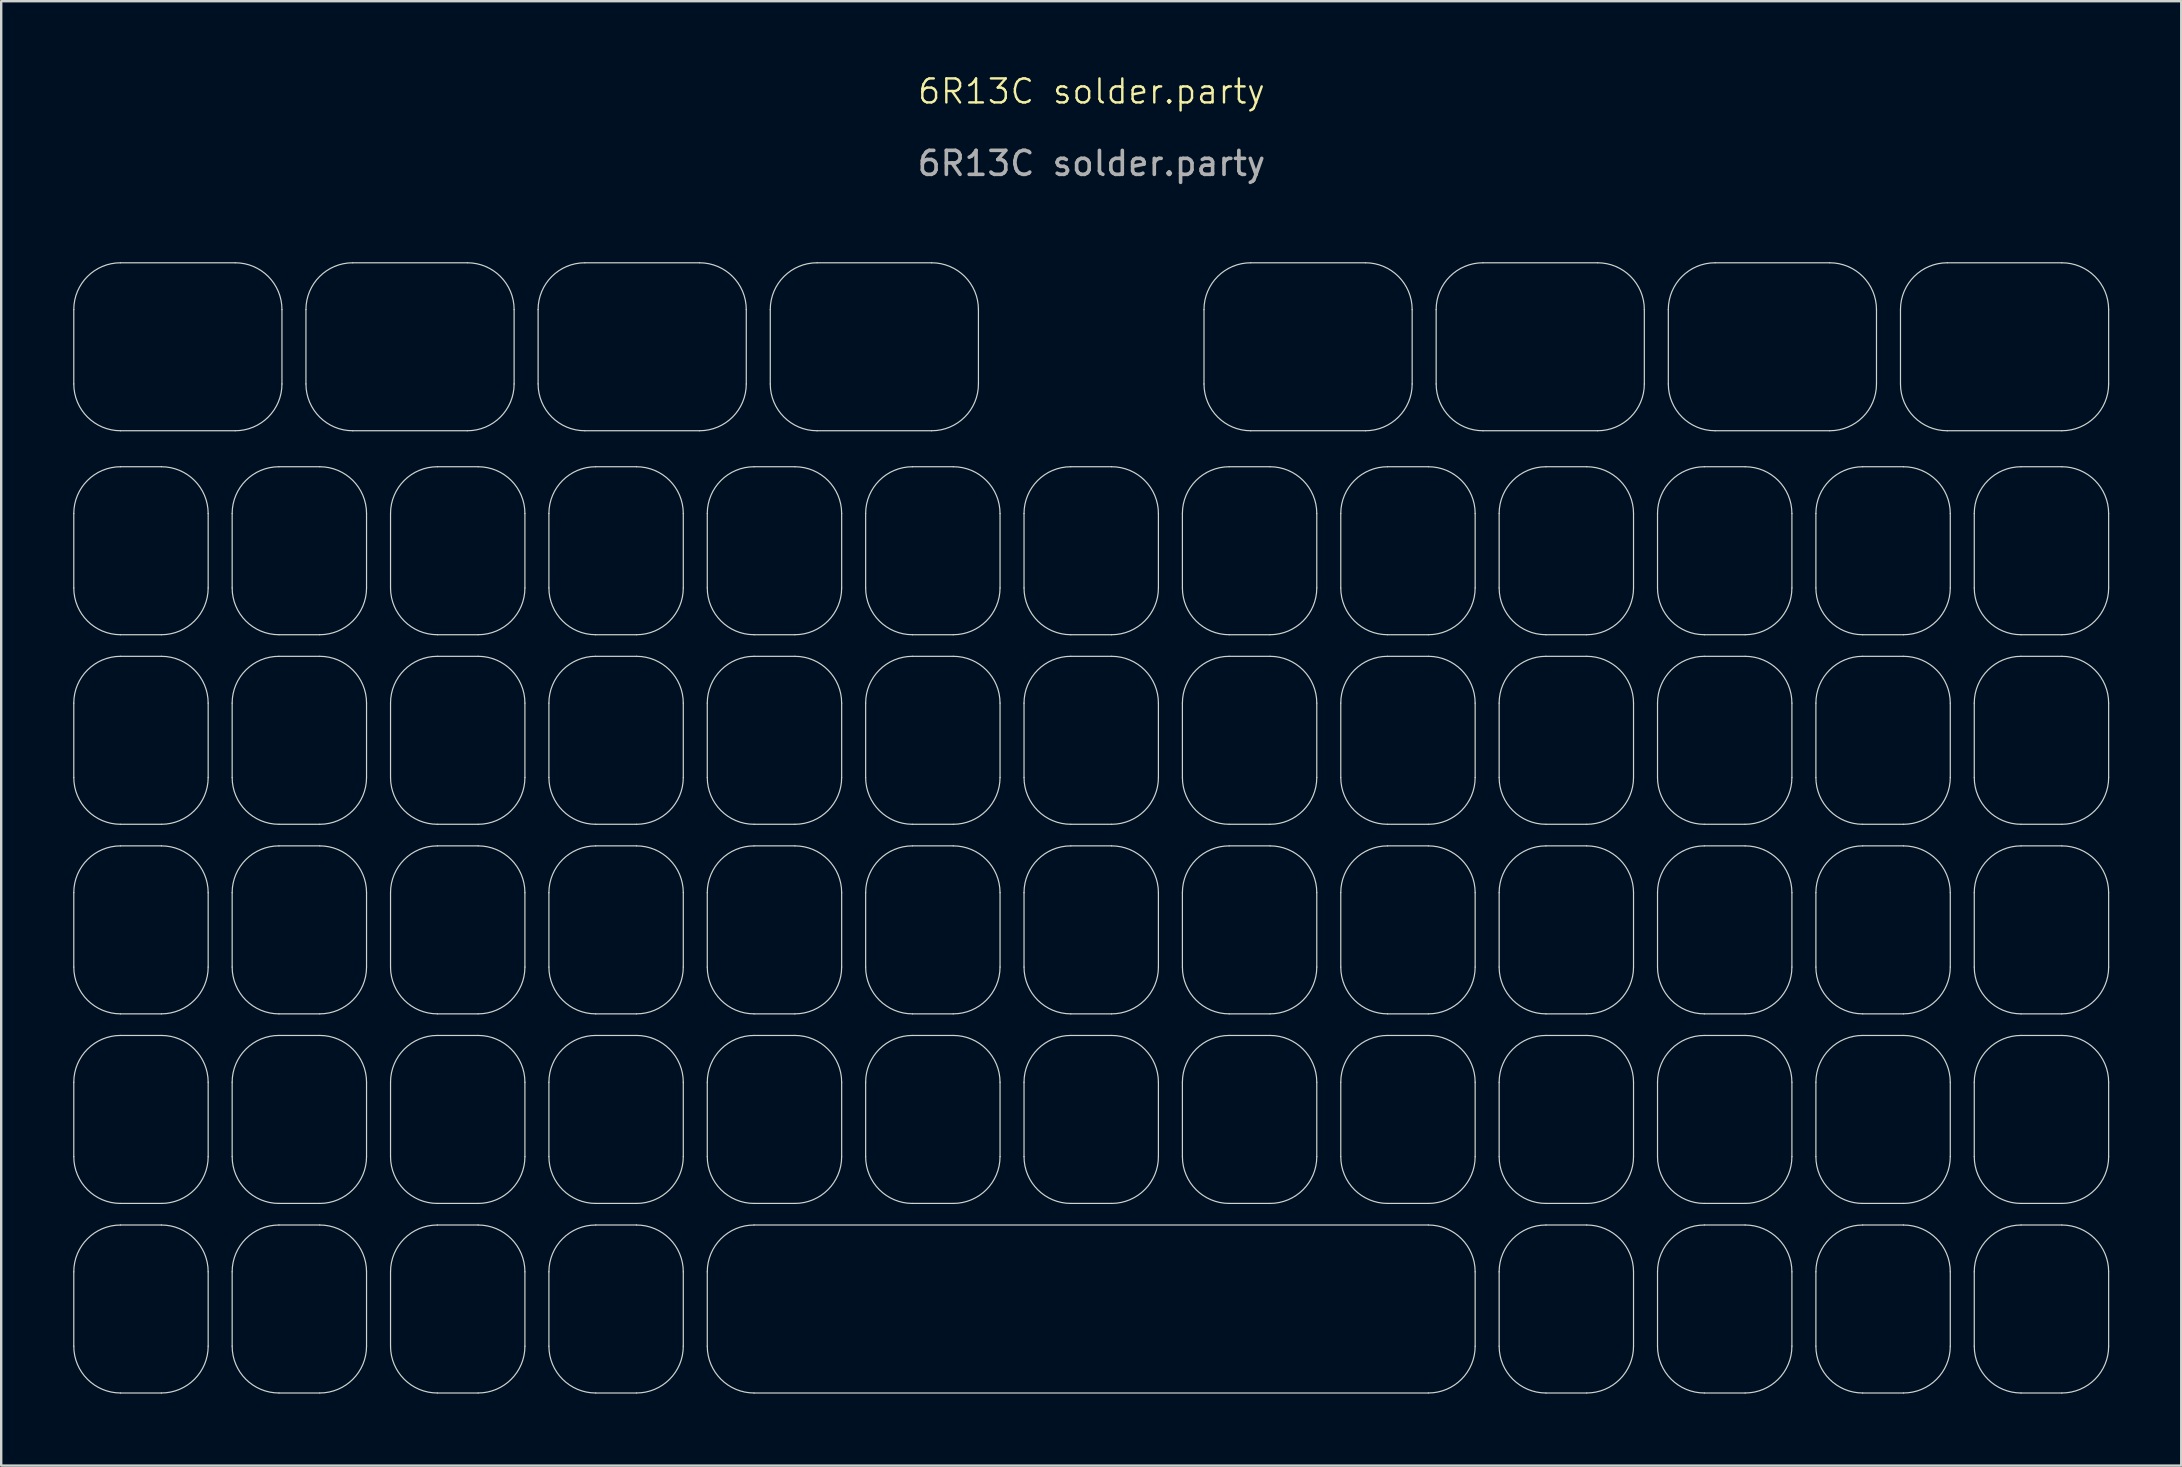
<source format=kicad_pcb>
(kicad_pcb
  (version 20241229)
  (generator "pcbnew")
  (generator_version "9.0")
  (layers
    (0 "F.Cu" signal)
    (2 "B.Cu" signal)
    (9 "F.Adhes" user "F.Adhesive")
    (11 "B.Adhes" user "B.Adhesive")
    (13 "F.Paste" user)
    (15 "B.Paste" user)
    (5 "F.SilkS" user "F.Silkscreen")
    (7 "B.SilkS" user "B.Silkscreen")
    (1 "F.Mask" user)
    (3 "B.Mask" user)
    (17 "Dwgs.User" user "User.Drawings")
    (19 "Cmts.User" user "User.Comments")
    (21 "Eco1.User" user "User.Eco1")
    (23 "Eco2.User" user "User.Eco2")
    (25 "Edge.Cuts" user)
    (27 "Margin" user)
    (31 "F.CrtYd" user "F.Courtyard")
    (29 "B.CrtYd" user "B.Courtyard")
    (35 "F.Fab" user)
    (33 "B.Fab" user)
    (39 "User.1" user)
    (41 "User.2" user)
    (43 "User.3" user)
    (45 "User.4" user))
  (footprint "6R13C solder.party"
    (layer "F.Cu")
    (at 42.425 31.451)
    (property "Reference" "6R13C solder.party" (at 0.01 -30.69 0) (unlocked yes) (layer "F.SilkS") (effects (font (size 1 1) (thickness 0.1))))
    (attr board_only exclude_from_pos_files exclude_from_bom allow_missing_courtyard)
    (fp_line (start -42.4 -18.5) (end -42.4 -21.6) (stroke (width 0.05) (type default)) (layer "Edge.Cuts"))
    (fp_line (start -42.4 -10) (end -42.4 -13.1) (stroke (width 0.05) (type default)) (layer "Edge.Cuts"))
    (fp_line (start -42.4 -2.1) (end -42.4 -5.2) (stroke (width 0.05) (type default)) (layer "Edge.Cuts"))
    (fp_line (start -42.4 5.8) (end -42.4 2.7) (stroke (width 0.05) (type default)) (layer "Edge.Cuts"))
    (fp_line (start -42.4 13.7) (end -42.4 10.6) (stroke (width 0.05) (type default)) (layer "Edge.Cuts"))
    (fp_line (start -42.4 21.6) (end -42.4 18.5) (stroke (width 0.05) (type default)) (layer "Edge.Cuts"))
    (fp_line (start -40.45 -23.55) (end -35.675 -23.55) (stroke (width 0.05) (type default)) (layer "Edge.Cuts"))
    (fp_line (start -40.45 -15.05) (end -38.75 -15.05) (stroke (width 0.05) (type default)) (layer "Edge.Cuts"))
    (fp_line (start -40.45 -7.15) (end -38.75 -7.15) (stroke (width 0.05) (type default)) (layer "Edge.Cuts"))
    (fp_line (start -40.45 0.75) (end -38.75 0.75) (stroke (width 0.05) (type default)) (layer "Edge.Cuts"))
    (fp_line (start -40.45 8.65) (end -38.75 8.65) (stroke (width 0.05) (type default)) (layer "Edge.Cuts"))
    (fp_line (start -40.45 16.55) (end -38.75 16.55) (stroke (width 0.05) (type default)) (layer "Edge.Cuts"))
    (fp_line (start -38.75 -8.05) (end -40.45 -8.05) (stroke (width 0.05) (type default)) (layer "Edge.Cuts"))
    (fp_line (start -38.75 -0.15) (end -40.45 -0.15) (stroke (width 0.05) (type default)) (layer "Edge.Cuts"))
    (fp_line (start -38.75 7.75) (end -40.45 7.75) (stroke (width 0.05) (type default)) (layer "Edge.Cuts"))
    (fp_line (start -38.75 15.65) (end -40.45 15.65) (stroke (width 0.05) (type default)) (layer "Edge.Cuts"))
    (fp_line (start -38.75 23.55) (end -40.45 23.55) (stroke (width 0.05) (type default)) (layer "Edge.Cuts"))
    (fp_line (start -36.8 -13.1) (end -36.8 -10) (stroke (width 0.05) (type default)) (layer "Edge.Cuts"))
    (fp_line (start -36.8 -5.2) (end -36.8 -2.1) (stroke (width 0.05) (type default)) (layer "Edge.Cuts"))
    (fp_line (start -36.8 2.7) (end -36.8 5.8) (stroke (width 0.05) (type default)) (layer "Edge.Cuts"))
    (fp_line (start -36.8 10.6) (end -36.8 13.7) (stroke (width 0.05) (type default)) (layer "Edge.Cuts"))
    (fp_line (start -36.8 18.5) (end -36.8 21.6) (stroke (width 0.05) (type default)) (layer "Edge.Cuts"))
    (fp_line (start -35.8 -10) (end -35.8 -13.1) (stroke (width 0.05) (type default)) (layer "Edge.Cuts"))
    (fp_line (start -35.8 -2.1) (end -35.8 -5.2) (stroke (width 0.05) (type default)) (layer "Edge.Cuts"))
    (fp_line (start -35.8 5.8) (end -35.8 2.7) (stroke (width 0.05) (type default)) (layer "Edge.Cuts"))
    (fp_line (start -35.8 13.7) (end -35.8 10.6) (stroke (width 0.05) (type default)) (layer "Edge.Cuts"))
    (fp_line (start -35.8 21.6) (end -35.8 18.5) (stroke (width 0.05) (type default)) (layer "Edge.Cuts"))
    (fp_line (start -35.675 -16.55) (end -40.45 -16.55) (stroke (width 0.05) (type default)) (layer "Edge.Cuts"))
    (fp_line (start -33.85 -15.05) (end -32.15 -15.05) (stroke (width 0.05) (type default)) (layer "Edge.Cuts"))
    (fp_line (start -33.85 -7.15) (end -32.15 -7.15) (stroke (width 0.05) (type default)) (layer "Edge.Cuts"))
    (fp_line (start -33.85 0.75) (end -32.15 0.75) (stroke (width 0.05) (type default)) (layer "Edge.Cuts"))
    (fp_line (start -33.85 8.65) (end -32.15 8.65) (stroke (width 0.05) (type default)) (layer "Edge.Cuts"))
    (fp_line (start -33.85 16.55) (end -32.15 16.55) (stroke (width 0.05) (type default)) (layer "Edge.Cuts"))
    (fp_line (start -33.725 -21.6) (end -33.725 -18.5) (stroke (width 0.05) (type default)) (layer "Edge.Cuts"))
    (fp_line (start -32.725 -18.5) (end -32.725 -21.6) (stroke (width 0.05) (type default)) (layer "Edge.Cuts"))
    (fp_line (start -32.15 -8.05) (end -33.85 -8.05) (stroke (width 0.05) (type default)) (layer "Edge.Cuts"))
    (fp_line (start -32.15 -0.15) (end -33.85 -0.15) (stroke (width 0.05) (type default)) (layer "Edge.Cuts"))
    (fp_line (start -32.15 7.75) (end -33.85 7.75) (stroke (width 0.05) (type default)) (layer "Edge.Cuts"))
    (fp_line (start -32.15 15.65) (end -33.85 15.65) (stroke (width 0.05) (type default)) (layer "Edge.Cuts"))
    (fp_line (start -32.15 23.55) (end -33.85 23.55) (stroke (width 0.05) (type default)) (layer "Edge.Cuts"))
    (fp_line (start -30.775 -23.55) (end -26 -23.55) (stroke (width 0.05) (type default)) (layer "Edge.Cuts"))
    (fp_line (start -30.2 -13.1) (end -30.2 -10) (stroke (width 0.05) (type default)) (layer "Edge.Cuts"))
    (fp_line (start -30.2 -5.2) (end -30.2 -2.1) (stroke (width 0.05) (type default)) (layer "Edge.Cuts"))
    (fp_line (start -30.2 2.7) (end -30.2 5.8) (stroke (width 0.05) (type default)) (layer "Edge.Cuts"))
    (fp_line (start -30.2 10.6) (end -30.2 13.7) (stroke (width 0.05) (type default)) (layer "Edge.Cuts"))
    (fp_line (start -30.2 18.5) (end -30.2 21.6) (stroke (width 0.05) (type default)) (layer "Edge.Cuts"))
    (fp_line (start -29.2 -10) (end -29.2 -13.1) (stroke (width 0.05) (type default)) (layer "Edge.Cuts"))
    (fp_line (start -29.2 -2.1) (end -29.2 -5.2) (stroke (width 0.05) (type default)) (layer "Edge.Cuts"))
    (fp_line (start -29.2 5.8) (end -29.2 2.7) (stroke (width 0.05) (type default)) (layer "Edge.Cuts"))
    (fp_line (start -29.2 13.7) (end -29.2 10.6) (stroke (width 0.05) (type default)) (layer "Edge.Cuts"))
    (fp_line (start -29.2 21.6) (end -29.2 18.5) (stroke (width 0.05) (type default)) (layer "Edge.Cuts"))
    (fp_line (start -27.25 -15.05) (end -25.55 -15.05) (stroke (width 0.05) (type default)) (layer "Edge.Cuts"))
    (fp_line (start -27.25 -7.15) (end -25.55 -7.15) (stroke (width 0.05) (type default)) (layer "Edge.Cuts"))
    (fp_line (start -27.25 0.75) (end -25.55 0.75) (stroke (width 0.05) (type default)) (layer "Edge.Cuts"))
    (fp_line (start -27.25 8.65) (end -25.55 8.65) (stroke (width 0.05) (type default)) (layer "Edge.Cuts"))
    (fp_line (start -27.25 16.55) (end -25.55 16.55) (stroke (width 0.05) (type default)) (layer "Edge.Cuts"))
    (fp_line (start -26 -16.55) (end -30.775 -16.55) (stroke (width 0.05) (type default)) (layer "Edge.Cuts"))
    (fp_line (start -25.55 -8.05) (end -27.25 -8.05) (stroke (width 0.05) (type default)) (layer "Edge.Cuts"))
    (fp_line (start -25.55 -0.15) (end -27.25 -0.15) (stroke (width 0.05) (type default)) (layer "Edge.Cuts"))
    (fp_line (start -25.55 7.75) (end -27.25 7.75) (stroke (width 0.05) (type default)) (layer "Edge.Cuts"))
    (fp_line (start -25.55 15.65) (end -27.25 15.65) (stroke (width 0.05) (type default)) (layer "Edge.Cuts"))
    (fp_line (start -25.55 23.55) (end -27.25 23.55) (stroke (width 0.05) (type default)) (layer "Edge.Cuts"))
    (fp_line (start -24.05 -21.6) (end -24.05 -18.5) (stroke (width 0.05) (type default)) (layer "Edge.Cuts"))
    (fp_line (start -23.6 -13.1) (end -23.6 -10) (stroke (width 0.05) (type default)) (layer "Edge.Cuts"))
    (fp_line (start -23.6 -5.2) (end -23.6 -2.1) (stroke (width 0.05) (type default)) (layer "Edge.Cuts"))
    (fp_line (start -23.6 2.7) (end -23.6 5.8) (stroke (width 0.05) (type default)) (layer "Edge.Cuts"))
    (fp_line (start -23.6 10.6) (end -23.6 13.7) (stroke (width 0.05) (type default)) (layer "Edge.Cuts"))
    (fp_line (start -23.6 18.5) (end -23.6 21.6) (stroke (width 0.05) (type default)) (layer "Edge.Cuts"))
    (fp_line (start -23.05 -18.5) (end -23.05 -21.6) (stroke (width 0.05) (type default)) (layer "Edge.Cuts"))
    (fp_line (start -22.6 -10) (end -22.6 -13.1) (stroke (width 0.05) (type default)) (layer "Edge.Cuts"))
    (fp_line (start -22.6 -2.1) (end -22.6 -5.2) (stroke (width 0.05) (type default)) (layer "Edge.Cuts"))
    (fp_line (start -22.6 5.8) (end -22.6 2.7) (stroke (width 0.05) (type default)) (layer "Edge.Cuts"))
    (fp_line (start -22.6 13.7) (end -22.6 10.6) (stroke (width 0.05) (type default)) (layer "Edge.Cuts"))
    (fp_line (start -22.6 21.6) (end -22.6 18.5) (stroke (width 0.05) (type default)) (layer "Edge.Cuts"))
    (fp_line (start -21.1 -23.55) (end -16.325 -23.55) (stroke (width 0.05) (type default)) (layer "Edge.Cuts"))
    (fp_line (start -20.65 -15.05) (end -18.95 -15.05) (stroke (width 0.05) (type default)) (layer "Edge.Cuts"))
    (fp_line (start -20.65 -7.15) (end -18.95 -7.15) (stroke (width 0.05) (type default)) (layer "Edge.Cuts"))
    (fp_line (start -20.65 0.75) (end -18.95 0.75) (stroke (width 0.05) (type default)) (layer "Edge.Cuts"))
    (fp_line (start -20.65 8.65) (end -18.95 8.65) (stroke (width 0.05) (type default)) (layer "Edge.Cuts"))
    (fp_line (start -20.65 16.55) (end -18.95 16.55) (stroke (width 0.05) (type default)) (layer "Edge.Cuts"))
    (fp_line (start -18.95 -8.05) (end -20.65 -8.05) (stroke (width 0.05) (type default)) (layer "Edge.Cuts"))
    (fp_line (start -18.95 -0.15) (end -20.65 -0.15) (stroke (width 0.05) (type default)) (layer "Edge.Cuts"))
    (fp_line (start -18.95 7.75) (end -20.65 7.75) (stroke (width 0.05) (type default)) (layer "Edge.Cuts"))
    (fp_line (start -18.95 15.65) (end -20.65 15.65) (stroke (width 0.05) (type default)) (layer "Edge.Cuts"))
    (fp_line (start -18.95 23.55) (end -20.65 23.55) (stroke (width 0.05) (type default)) (layer "Edge.Cuts"))
    (fp_line (start -17 -13.1) (end -17 -10) (stroke (width 0.05) (type default)) (layer "Edge.Cuts"))
    (fp_line (start -17 -5.2) (end -17 -2.1) (stroke (width 0.05) (type default)) (layer "Edge.Cuts"))
    (fp_line (start -17 2.7) (end -17 5.8) (stroke (width 0.05) (type default)) (layer "Edge.Cuts"))
    (fp_line (start -17 10.6) (end -17 13.7) (stroke (width 0.05) (type default)) (layer "Edge.Cuts"))
    (fp_line (start -17 18.5) (end -17 21.6) (stroke (width 0.05) (type default)) (layer "Edge.Cuts"))
    (fp_line (start -16.325 -16.55) (end -21.1 -16.55) (stroke (width 0.05) (type default)) (layer "Edge.Cuts"))
    (fp_line (start -16 -10) (end -16 -13.1) (stroke (width 0.05) (type default)) (layer "Edge.Cuts"))
    (fp_line (start -16 -2.1) (end -16 -5.2) (stroke (width 0.05) (type default)) (layer "Edge.Cuts"))
    (fp_line (start -16 5.8) (end -16 2.7) (stroke (width 0.05) (type default)) (layer "Edge.Cuts"))
    (fp_line (start -16 13.7) (end -16 10.6) (stroke (width 0.05) (type default)) (layer "Edge.Cuts"))
    (fp_line (start -16 21.6) (end -16 18.5) (stroke (width 0.05) (type default)) (layer "Edge.Cuts"))
    (fp_line (start -14.375 -21.6) (end -14.375 -18.5) (stroke (width 0.05) (type default)) (layer "Edge.Cuts"))
    (fp_line (start -14.05 -15.05) (end -12.35 -15.05) (stroke (width 0.05) (type default)) (layer "Edge.Cuts"))
    (fp_line (start -14.05 -7.15) (end -12.35 -7.15) (stroke (width 0.05) (type default)) (layer "Edge.Cuts"))
    (fp_line (start -14.05 0.75) (end -12.35 0.75) (stroke (width 0.05) (type default)) (layer "Edge.Cuts"))
    (fp_line (start -14.05 8.65) (end -12.35 8.65) (stroke (width 0.05) (type default)) (layer "Edge.Cuts"))
    (fp_line (start -14.05 16.55) (end 14.05 16.55) (stroke (width 0.05) (type default)) (layer "Edge.Cuts"))
    (fp_line (start -13.375 -18.5) (end -13.375 -21.6) (stroke (width 0.05) (type default)) (layer "Edge.Cuts"))
    (fp_line (start -12.35 -8.05) (end -14.05 -8.05) (stroke (width 0.05) (type default)) (layer "Edge.Cuts"))
    (fp_line (start -12.35 -0.15) (end -14.05 -0.15) (stroke (width 0.05) (type default)) (layer "Edge.Cuts"))
    (fp_line (start -12.35 7.75) (end -14.05 7.75) (stroke (width 0.05) (type default)) (layer "Edge.Cuts"))
    (fp_line (start -12.35 15.65) (end -14.05 15.65) (stroke (width 0.05) (type default)) (layer "Edge.Cuts"))
    (fp_line (start -11.425 -23.55) (end -6.65 -23.55) (stroke (width 0.05) (type default)) (layer "Edge.Cuts"))
    (fp_line (start -10.4 -13.1) (end -10.4 -10) (stroke (width 0.05) (type default)) (layer "Edge.Cuts"))
    (fp_line (start -10.4 -5.2) (end -10.4 -2.1) (stroke (width 0.05) (type default)) (layer "Edge.Cuts"))
    (fp_line (start -10.4 2.7) (end -10.4 5.8) (stroke (width 0.05) (type default)) (layer "Edge.Cuts"))
    (fp_line (start -10.4 10.6) (end -10.4 13.7) (stroke (width 0.05) (type default)) (layer "Edge.Cuts"))
    (fp_line (start -9.4 -10) (end -9.4 -13.1) (stroke (width 0.05) (type default)) (layer "Edge.Cuts"))
    (fp_line (start -9.4 -2.1) (end -9.4 -5.2) (stroke (width 0.05) (type default)) (layer "Edge.Cuts"))
    (fp_line (start -9.4 5.8) (end -9.4 2.7) (stroke (width 0.05) (type default)) (layer "Edge.Cuts"))
    (fp_line (start -9.4 13.7) (end -9.4 10.6) (stroke (width 0.05) (type default)) (layer "Edge.Cuts"))
    (fp_line (start -7.45 -15.05) (end -5.75 -15.05) (stroke (width 0.05) (type default)) (layer "Edge.Cuts"))
    (fp_line (start -7.45 -7.15) (end -5.75 -7.15) (stroke (width 0.05) (type default)) (layer "Edge.Cuts"))
    (fp_line (start -7.45 0.75) (end -5.75 0.75) (stroke (width 0.05) (type default)) (layer "Edge.Cuts"))
    (fp_line (start -7.45 8.65) (end -5.75 8.65) (stroke (width 0.05) (type default)) (layer "Edge.Cuts"))
    (fp_line (start -6.65 -16.55) (end -11.425 -16.55) (stroke (width 0.05) (type default)) (layer "Edge.Cuts"))
    (fp_line (start -5.75 -8.05) (end -7.45 -8.05) (stroke (width 0.05) (type default)) (layer "Edge.Cuts"))
    (fp_line (start -5.75 -0.15) (end -7.45 -0.15) (stroke (width 0.05) (type default)) (layer "Edge.Cuts"))
    (fp_line (start -5.75 7.75) (end -7.45 7.75) (stroke (width 0.05) (type default)) (layer "Edge.Cuts"))
    (fp_line (start -5.75 15.65) (end -7.45 15.65) (stroke (width 0.05) (type default)) (layer "Edge.Cuts"))
    (fp_line (start -4.7 -21.6) (end -4.7 -18.5) (stroke (width 0.05) (type default)) (layer "Edge.Cuts"))
    (fp_line (start -3.8 -13.1) (end -3.8 -10) (stroke (width 0.05) (type default)) (layer "Edge.Cuts"))
    (fp_line (start -3.8 -5.2) (end -3.8 -2.1) (stroke (width 0.05) (type default)) (layer "Edge.Cuts"))
    (fp_line (start -3.8 2.7) (end -3.8 5.8) (stroke (width 0.05) (type default)) (layer "Edge.Cuts"))
    (fp_line (start -3.8 10.6) (end -3.8 13.7) (stroke (width 0.05) (type default)) (layer "Edge.Cuts"))
    (fp_line (start -2.8 -10) (end -2.8 -13.1) (stroke (width 0.05) (type default)) (layer "Edge.Cuts"))
    (fp_line (start -2.8 -2.1) (end -2.8 -5.2) (stroke (width 0.05) (type default)) (layer "Edge.Cuts"))
    (fp_line (start -2.8 5.8) (end -2.8 2.7) (stroke (width 0.05) (type default)) (layer "Edge.Cuts"))
    (fp_line (start -2.8 13.7) (end -2.8 10.6) (stroke (width 0.05) (type default)) (layer "Edge.Cuts"))
    (fp_line (start -0.85 -15.05) (end 0.85 -15.05) (stroke (width 0.05) (type default)) (layer "Edge.Cuts"))
    (fp_line (start -0.85 -7.15) (end 0.85 -7.15) (stroke (width 0.05) (type default)) (layer "Edge.Cuts"))
    (fp_line (start -0.85 0.75) (end 0.85 0.75) (stroke (width 0.05) (type default)) (layer "Edge.Cuts"))
    (fp_line (start -0.85 8.65) (end 0.85 8.65) (stroke (width 0.05) (type default)) (layer "Edge.Cuts"))
    (fp_line (start 0.85 -8.05) (end -0.85 -8.05) (stroke (width 0.05) (type default)) (layer "Edge.Cuts"))
    (fp_line (start 0.85 -0.15) (end -0.85 -0.15) (stroke (width 0.05) (type default)) (layer "Edge.Cuts"))
    (fp_line (start 0.85 7.75) (end -0.85 7.75) (stroke (width 0.05) (type default)) (layer "Edge.Cuts"))
    (fp_line (start 0.85 15.65) (end -0.85 15.65) (stroke (width 0.05) (type default)) (layer "Edge.Cuts"))
    (fp_line (start 2.8 -13.1) (end 2.8 -10) (stroke (width 0.05) (type default)) (layer "Edge.Cuts"))
    (fp_line (start 2.8 -5.2) (end 2.8 -2.1) (stroke (width 0.05) (type default)) (layer "Edge.Cuts"))
    (fp_line (start 2.8 2.7) (end 2.8 5.8) (stroke (width 0.05) (type default)) (layer "Edge.Cuts"))
    (fp_line (start 2.8 10.6) (end 2.8 13.7) (stroke (width 0.05) (type default)) (layer "Edge.Cuts"))
    (fp_line (start 3.8 -10) (end 3.8 -13.1) (stroke (width 0.05) (type default)) (layer "Edge.Cuts"))
    (fp_line (start 3.8 -2.1) (end 3.8 -5.2) (stroke (width 0.05) (type default)) (layer "Edge.Cuts"))
    (fp_line (start 3.8 5.8) (end 3.8 2.7) (stroke (width 0.05) (type default)) (layer "Edge.Cuts"))
    (fp_line (start 3.8 13.7) (end 3.8 10.6) (stroke (width 0.05) (type default)) (layer "Edge.Cuts"))
    (fp_line (start 4.7 -18.5) (end 4.7 -21.6) (stroke (width 0.05) (type default)) (layer "Edge.Cuts"))
    (fp_line (start 5.75 -15.05) (end 7.45 -15.05) (stroke (width 0.05) (type default)) (layer "Edge.Cuts"))
    (fp_line (start 5.75 -7.15) (end 7.45 -7.15) (stroke (width 0.05) (type default)) (layer "Edge.Cuts"))
    (fp_line (start 5.75 0.75) (end 7.45 0.75) (stroke (width 0.05) (type default)) (layer "Edge.Cuts"))
    (fp_line (start 5.75 8.65) (end 7.45 8.65) (stroke (width 0.05) (type default)) (layer "Edge.Cuts"))
    (fp_line (start 6.65 -23.55) (end 11.425 -23.55) (stroke (width 0.05) (type default)) (layer "Edge.Cuts"))
    (fp_line (start 7.45 -8.05) (end 5.75 -8.05) (stroke (width 0.05) (type default)) (layer "Edge.Cuts"))
    (fp_line (start 7.45 -0.15) (end 5.75 -0.15) (stroke (width 0.05) (type default)) (layer "Edge.Cuts"))
    (fp_line (start 7.45 7.75) (end 5.75 7.75) (stroke (width 0.05) (type default)) (layer "Edge.Cuts"))
    (fp_line (start 7.45 15.65) (end 5.75 15.65) (stroke (width 0.05) (type default)) (layer "Edge.Cuts"))
    (fp_line (start 9.4 -13.1) (end 9.4 -10) (stroke (width 0.05) (type default)) (layer "Edge.Cuts"))
    (fp_line (start 9.4 -5.2) (end 9.4 -2.1) (stroke (width 0.05) (type default)) (layer "Edge.Cuts"))
    (fp_line (start 9.4 2.7) (end 9.4 5.8) (stroke (width 0.05) (type default)) (layer "Edge.Cuts"))
    (fp_line (start 9.4 10.6) (end 9.4 13.7) (stroke (width 0.05) (type default)) (layer "Edge.Cuts"))
    (fp_line (start 10.4 -10) (end 10.4 -13.1) (stroke (width 0.05) (type default)) (layer "Edge.Cuts"))
    (fp_line (start 10.4 -2.1) (end 10.4 -5.2) (stroke (width 0.05) (type default)) (layer "Edge.Cuts"))
    (fp_line (start 10.4 5.8) (end 10.4 2.7) (stroke (width 0.05) (type default)) (layer "Edge.Cuts"))
    (fp_line (start 10.4 13.7) (end 10.4 10.6) (stroke (width 0.05) (type default)) (layer "Edge.Cuts"))
    (fp_line (start 11.425 -16.55) (end 6.65 -16.55) (stroke (width 0.05) (type default)) (layer "Edge.Cuts"))
    (fp_line (start 12.35 -15.05) (end 14.05 -15.05) (stroke (width 0.05) (type default)) (layer "Edge.Cuts"))
    (fp_line (start 12.35 -7.15) (end 14.05 -7.15) (stroke (width 0.05) (type default)) (layer "Edge.Cuts"))
    (fp_line (start 12.35 0.75) (end 14.05 0.75) (stroke (width 0.05) (type default)) (layer "Edge.Cuts"))
    (fp_line (start 12.35 8.65) (end 14.05 8.65) (stroke (width 0.05) (type default)) (layer "Edge.Cuts"))
    (fp_line (start 13.375 -21.6) (end 13.375 -18.5) (stroke (width 0.05) (type default)) (layer "Edge.Cuts"))
    (fp_line (start 14.05 -8.05) (end 12.35 -8.05) (stroke (width 0.05) (type default)) (layer "Edge.Cuts"))
    (fp_line (start 14.05 -0.15) (end 12.35 -0.15) (stroke (width 0.05) (type default)) (layer "Edge.Cuts"))
    (fp_line (start 14.05 7.75) (end 12.35 7.75) (stroke (width 0.05) (type default)) (layer "Edge.Cuts"))
    (fp_line (start 14.05 15.65) (end 12.35 15.65) (stroke (width 0.05) (type default)) (layer "Edge.Cuts"))
    (fp_line (start 14.05 23.55) (end -14.05 23.55) (stroke (width 0.05) (type default)) (layer "Edge.Cuts"))
    (fp_line (start 14.375 -18.5) (end 14.375 -21.6) (stroke (width 0.05) (type default)) (layer "Edge.Cuts"))
    (fp_line (start 16 -13.1) (end 16 -10) (stroke (width 0.05) (type default)) (layer "Edge.Cuts"))
    (fp_line (start 16 -5.2) (end 16 -2.1) (stroke (width 0.05) (type default)) (layer "Edge.Cuts"))
    (fp_line (start 16 2.7) (end 16 5.8) (stroke (width 0.05) (type default)) (layer "Edge.Cuts"))
    (fp_line (start 16 10.6) (end 16 13.7) (stroke (width 0.05) (type default)) (layer "Edge.Cuts"))
    (fp_line (start 16 18.5) (end 16 21.6) (stroke (width 0.05) (type default)) (layer "Edge.Cuts"))
    (fp_line (start 16.325 -23.55) (end 21.1 -23.55) (stroke (width 0.05) (type default)) (layer "Edge.Cuts"))
    (fp_line (start 17 -10) (end 17 -13.1) (stroke (width 0.05) (type default)) (layer "Edge.Cuts"))
    (fp_line (start 17 -2.1) (end 17 -5.2) (stroke (width 0.05) (type default)) (layer "Edge.Cuts"))
    (fp_line (start 17 5.8) (end 17 2.7) (stroke (width 0.05) (type default)) (layer "Edge.Cuts"))
    (fp_line (start 17 13.7) (end 17 10.6) (stroke (width 0.05) (type default)) (layer "Edge.Cuts"))
    (fp_line (start 17 21.6) (end 17 18.5) (stroke (width 0.05) (type default)) (layer "Edge.Cuts"))
    (fp_line (start 18.95 -15.05) (end 20.65 -15.05) (stroke (width 0.05) (type default)) (layer "Edge.Cuts"))
    (fp_line (start 18.95 -7.15) (end 20.65 -7.15) (stroke (width 0.05) (type default)) (layer "Edge.Cuts"))
    (fp_line (start 18.95 0.75) (end 20.65 0.75) (stroke (width 0.05) (type default)) (layer "Edge.Cuts"))
    (fp_line (start 18.95 8.65) (end 20.65 8.65) (stroke (width 0.05) (type default)) (layer "Edge.Cuts"))
    (fp_line (start 18.95 16.55) (end 20.65 16.55) (stroke (width 0.05) (type default)) (layer "Edge.Cuts"))
    (fp_line (start 20.65 -8.05) (end 18.95 -8.05) (stroke (width 0.05) (type default)) (layer "Edge.Cuts"))
    (fp_line (start 20.65 -0.15) (end 18.95 -0.15) (stroke (width 0.05) (type default)) (layer "Edge.Cuts"))
    (fp_line (start 20.65 7.75) (end 18.95 7.75) (stroke (width 0.05) (type default)) (layer "Edge.Cuts"))
    (fp_line (start 20.65 15.65) (end 18.95 15.65) (stroke (width 0.05) (type default)) (layer "Edge.Cuts"))
    (fp_line (start 20.65 23.55) (end 18.95 23.55) (stroke (width 0.05) (type default)) (layer "Edge.Cuts"))
    (fp_line (start 21.1 -16.55) (end 16.325 -16.55) (stroke (width 0.05) (type default)) (layer "Edge.Cuts"))
    (fp_line (start 22.6 -13.1) (end 22.6 -10) (stroke (width 0.05) (type default)) (layer "Edge.Cuts"))
    (fp_line (start 22.6 -5.2) (end 22.6 -2.1) (stroke (width 0.05) (type default)) (layer "Edge.Cuts"))
    (fp_line (start 22.6 2.7) (end 22.6 5.8) (stroke (width 0.05) (type default)) (layer "Edge.Cuts"))
    (fp_line (start 22.6 10.6) (end 22.6 13.7) (stroke (width 0.05) (type default)) (layer "Edge.Cuts"))
    (fp_line (start 22.6 18.5) (end 22.6 21.6) (stroke (width 0.05) (type default)) (layer "Edge.Cuts"))
    (fp_line (start 23.05 -21.6) (end 23.05 -18.5) (stroke (width 0.05) (type default)) (layer "Edge.Cuts"))
    (fp_line (start 23.6 -10) (end 23.6 -13.1) (stroke (width 0.05) (type default)) (layer "Edge.Cuts"))
    (fp_line (start 23.6 -2.1) (end 23.6 -5.2) (stroke (width 0.05) (type default)) (layer "Edge.Cuts"))
    (fp_line (start 23.6 5.8) (end 23.6 2.7) (stroke (width 0.05) (type default)) (layer "Edge.Cuts"))
    (fp_line (start 23.6 13.7) (end 23.6 10.6) (stroke (width 0.05) (type default)) (layer "Edge.Cuts"))
    (fp_line (start 23.6 21.6) (end 23.6 18.5) (stroke (width 0.05) (type default)) (layer "Edge.Cuts"))
    (fp_line (start 24.05 -18.5) (end 24.05 -21.6) (stroke (width 0.05) (type default)) (layer "Edge.Cuts"))
    (fp_line (start 25.55 -15.05) (end 27.25 -15.05) (stroke (width 0.05) (type default)) (layer "Edge.Cuts"))
    (fp_line (start 25.55 -7.15) (end 27.25 -7.15) (stroke (width 0.05) (type default)) (layer "Edge.Cuts"))
    (fp_line (start 25.55 0.75) (end 27.25 0.75) (stroke (width 0.05) (type default)) (layer "Edge.Cuts"))
    (fp_line (start 25.55 8.65) (end 27.25 8.65) (stroke (width 0.05) (type default)) (layer "Edge.Cuts"))
    (fp_line (start 25.55 16.55) (end 27.25 16.55) (stroke (width 0.05) (type default)) (layer "Edge.Cuts"))
    (fp_line (start 26 -23.55) (end 30.775 -23.55) (stroke (width 0.05) (type default)) (layer "Edge.Cuts"))
    (fp_line (start 27.25 -8.05) (end 25.55 -8.05) (stroke (width 0.05) (type default)) (layer "Edge.Cuts"))
    (fp_line (start 27.25 -0.15) (end 25.55 -0.15) (stroke (width 0.05) (type default)) (layer "Edge.Cuts"))
    (fp_line (start 27.25 7.75) (end 25.55 7.75) (stroke (width 0.05) (type default)) (layer "Edge.Cuts"))
    (fp_line (start 27.25 15.65) (end 25.55 15.65) (stroke (width 0.05) (type default)) (layer "Edge.Cuts"))
    (fp_line (start 27.25 23.55) (end 25.55 23.55) (stroke (width 0.05) (type default)) (layer "Edge.Cuts"))
    (fp_line (start 29.2 -13.1) (end 29.2 -10) (stroke (width 0.05) (type default)) (layer "Edge.Cuts"))
    (fp_line (start 29.2 -5.2) (end 29.2 -2.1) (stroke (width 0.05) (type default)) (layer "Edge.Cuts"))
    (fp_line (start 29.2 2.7) (end 29.2 5.8) (stroke (width 0.05) (type default)) (layer "Edge.Cuts"))
    (fp_line (start 29.2 10.6) (end 29.2 13.7) (stroke (width 0.05) (type default)) (layer "Edge.Cuts"))
    (fp_line (start 29.2 18.5) (end 29.2 21.6) (stroke (width 0.05) (type default)) (layer "Edge.Cuts"))
    (fp_line (start 30.2 -10) (end 30.2 -13.1) (stroke (width 0.05) (type default)) (layer "Edge.Cuts"))
    (fp_line (start 30.2 -2.1) (end 30.2 -5.2) (stroke (width 0.05) (type default)) (layer "Edge.Cuts"))
    (fp_line (start 30.2 5.8) (end 30.2 2.7) (stroke (width 0.05) (type default)) (layer "Edge.Cuts"))
    (fp_line (start 30.2 13.7) (end 30.2 10.6) (stroke (width 0.05) (type default)) (layer "Edge.Cuts"))
    (fp_line (start 30.2 21.6) (end 30.2 18.5) (stroke (width 0.05) (type default)) (layer "Edge.Cuts"))
    (fp_line (start 30.775 -16.55) (end 26 -16.55) (stroke (width 0.05) (type default)) (layer "Edge.Cuts"))
    (fp_line (start 32.15 -15.05) (end 33.85 -15.05) (stroke (width 0.05) (type default)) (layer "Edge.Cuts"))
    (fp_line (start 32.15 -7.15) (end 33.85 -7.15) (stroke (width 0.05) (type default)) (layer "Edge.Cuts"))
    (fp_line (start 32.15 0.75) (end 33.85 0.75) (stroke (width 0.05) (type default)) (layer "Edge.Cuts"))
    (fp_line (start 32.15 8.65) (end 33.85 8.65) (stroke (width 0.05) (type default)) (layer "Edge.Cuts"))
    (fp_line (start 32.15 16.55) (end 33.85 16.55) (stroke (width 0.05) (type default)) (layer "Edge.Cuts"))
    (fp_line (start 32.725 -21.6) (end 32.725 -18.5) (stroke (width 0.05) (type default)) (layer "Edge.Cuts"))
    (fp_line (start 33.725 -18.5) (end 33.725 -21.6) (stroke (width 0.05) (type default)) (layer "Edge.Cuts"))
    (fp_line (start 33.85 -8.05) (end 32.15 -8.05) (stroke (width 0.05) (type default)) (layer "Edge.Cuts"))
    (fp_line (start 33.85 -0.15) (end 32.15 -0.15) (stroke (width 0.05) (type default)) (layer "Edge.Cuts"))
    (fp_line (start 33.85 7.75) (end 32.15 7.75) (stroke (width 0.05) (type default)) (layer "Edge.Cuts"))
    (fp_line (start 33.85 15.65) (end 32.15 15.65) (stroke (width 0.05) (type default)) (layer "Edge.Cuts"))
    (fp_line (start 33.85 23.55) (end 32.15 23.55) (stroke (width 0.05) (type default)) (layer "Edge.Cuts"))
    (fp_line (start 35.675 -23.55) (end 40.45 -23.55) (stroke (width 0.05) (type default)) (layer "Edge.Cuts"))
    (fp_line (start 35.8 -13.1) (end 35.8 -10) (stroke (width 0.05) (type default)) (layer "Edge.Cuts"))
    (fp_line (start 35.8 -5.2) (end 35.8 -2.1) (stroke (width 0.05) (type default)) (layer "Edge.Cuts"))
    (fp_line (start 35.8 2.7) (end 35.8 5.8) (stroke (width 0.05) (type default)) (layer "Edge.Cuts"))
    (fp_line (start 35.8 10.6) (end 35.8 13.7) (stroke (width 0.05) (type default)) (layer "Edge.Cuts"))
    (fp_line (start 35.8 18.5) (end 35.8 21.6) (stroke (width 0.05) (type default)) (layer "Edge.Cuts"))
    (fp_line (start 36.8 -10) (end 36.8 -13.1) (stroke (width 0.05) (type default)) (layer "Edge.Cuts"))
    (fp_line (start 36.8 -2.1) (end 36.8 -5.2) (stroke (width 0.05) (type default)) (layer "Edge.Cuts"))
    (fp_line (start 36.8 5.8) (end 36.8 2.7) (stroke (width 0.05) (type default)) (layer "Edge.Cuts"))
    (fp_line (start 36.8 13.7) (end 36.8 10.6) (stroke (width 0.05) (type default)) (layer "Edge.Cuts"))
    (fp_line (start 36.8 21.6) (end 36.8 18.5) (stroke (width 0.05) (type default)) (layer "Edge.Cuts"))
    (fp_line (start 38.75 -15.05) (end 40.45 -15.05) (stroke (width 0.05) (type default)) (layer "Edge.Cuts"))
    (fp_line (start 38.75 -7.15) (end 40.45 -7.15) (stroke (width 0.05) (type default)) (layer "Edge.Cuts"))
    (fp_line (start 38.75 0.75) (end 40.45 0.75) (stroke (width 0.05) (type default)) (layer "Edge.Cuts"))
    (fp_line (start 38.75 8.65) (end 40.45 8.65) (stroke (width 0.05) (type default)) (layer "Edge.Cuts"))
    (fp_line (start 38.75 16.55) (end 40.45 16.55) (stroke (width 0.05) (type default)) (layer "Edge.Cuts"))
    (fp_line (start 40.45 -8.05) (end 38.75 -8.05) (stroke (width 0.05) (type default)) (layer "Edge.Cuts"))
    (fp_line (start 40.45 -0.15) (end 38.75 -0.15) (stroke (width 0.05) (type default)) (layer "Edge.Cuts"))
    (fp_line (start 40.45 7.75) (end 38.75 7.75) (stroke (width 0.05) (type default)) (layer "Edge.Cuts"))
    (fp_line (start 40.45 15.65) (end 38.75 15.65) (stroke (width 0.05) (type default)) (layer "Edge.Cuts"))
    (fp_line (start 40.45 23.55) (end 38.75 23.55) (stroke (width 0.05) (type default)) (layer "Edge.Cuts"))
    (fp_line (start 40.45 -16.55) (end 35.675 -16.55) (stroke (width 0.05) (type default)) (layer "Edge.Cuts"))
    (fp_line (start 42.4 -13.1) (end 42.4 -10) (stroke (width 0.05) (type default)) (layer "Edge.Cuts"))
    (fp_line (start 42.4 -5.2) (end 42.4 -2.1) (stroke (width 0.05) (type default)) (layer "Edge.Cuts"))
    (fp_line (start 42.4 2.7) (end 42.4 5.8) (stroke (width 0.05) (type default)) (layer "Edge.Cuts"))
    (fp_line (start 42.4 10.6) (end 42.4 13.7) (stroke (width 0.05) (type default)) (layer "Edge.Cuts"))
    (fp_line (start 42.4 18.5) (end 42.4 21.6) (stroke (width 0.05) (type default)) (layer "Edge.Cuts"))
    (fp_line (start 42.4 -21.6) (end 42.4 -18.5) (stroke (width 0.05) (type default)) (layer "Edge.Cuts"))
    (fp_arc (start -42.400015 -21.6) (mid -41.828873 -22.978858) (end -40.450015 -23.55) (stroke (width 0.05) (type default)) (layer "Edge.Cuts"))
    (fp_arc (start -42.400015 -13.1) (mid -41.828873 -14.478858) (end -40.450015 -15.05) (stroke (width 0.05) (type default)) (layer "Edge.Cuts"))
    (fp_arc (start -42.400015 -5.2) (mid -41.828873 -6.578858) (end -40.450015 -7.15) (stroke (width 0.05) (type default)) (layer "Edge.Cuts"))
    (fp_arc (start -42.400015 2.7) (mid -41.828873 1.321142) (end -40.450015 0.75) (stroke (width 0.05) (type default)) (layer "Edge.Cuts"))
    (fp_arc (start -42.400015 10.6) (mid -41.828873 9.221142) (end -40.450015 8.65) (stroke (width 0.05) (type default)) (layer "Edge.Cuts"))
    (fp_arc (start -42.400015 18.5) (mid -41.828873 17.121142) (end -40.450015 16.55) (stroke (width 0.05) (type default)) (layer "Edge.Cuts"))
    (fp_arc (start -40.450015 -16.55) (mid -41.828873 -17.121142) (end -42.400015 -18.5) (stroke (width 0.05) (type default)) (layer "Edge.Cuts"))
    (fp_arc (start -40.450015 -8.05) (mid -41.828873 -8.621142) (end -42.400015 -10) (stroke (width 0.05) (type default)) (layer "Edge.Cuts"))
    (fp_arc (start -40.450015 -0.15) (mid -41.828873 -0.721142) (end -42.400015 -2.1) (stroke (width 0.05) (type default)) (layer "Edge.Cuts"))
    (fp_arc (start -40.450015 7.75) (mid -41.828873 7.178858) (end -42.400015 5.8) (stroke (width 0.05) (type default)) (layer "Edge.Cuts"))
    (fp_arc (start -40.450015 15.65) (mid -41.828873 15.078858) (end -42.400015 13.7) (stroke (width 0.05) (type default)) (layer "Edge.Cuts"))
    (fp_arc (start -40.450015 23.55) (mid -41.828873 22.978858) (end -42.400015 21.6) (stroke (width 0.05) (type default)) (layer "Edge.Cuts"))
    (fp_arc (start -38.750015 -15.05) (mid -37.371157 -14.478858) (end -36.800015 -13.1) (stroke (width 0.05) (type default)) (layer "Edge.Cuts"))
    (fp_arc (start -38.750015 -7.15) (mid -37.371157 -6.578858) (end -36.800015 -5.2) (stroke (width 0.05) (type default)) (layer "Edge.Cuts"))
    (fp_arc (start -38.750015 0.75) (mid -37.371157 1.321142) (end -36.800015 2.7) (stroke (width 0.05) (type default)) (layer "Edge.Cuts"))
    (fp_arc (start -38.750015 8.65) (mid -37.371157 9.221142) (end -36.800015 10.6) (stroke (width 0.05) (type default)) (layer "Edge.Cuts"))
    (fp_arc (start -38.750015 16.55) (mid -37.371157 17.121142) (end -36.800015 18.5) (stroke (width 0.05) (type default)) (layer "Edge.Cuts"))
    (fp_arc (start -36.800015 -10) (mid -37.371157 -8.621142) (end -38.750015 -8.05) (stroke (width 0.05) (type default)) (layer "Edge.Cuts"))
    (fp_arc (start -36.800015 -2.1) (mid -37.371157 -0.721142) (end -38.750015 -0.15) (stroke (width 0.05) (type default)) (layer "Edge.Cuts"))
    (fp_arc (start -36.800015 5.8) (mid -37.371157 7.178858) (end -38.750015 7.75) (stroke (width 0.05) (type default)) (layer "Edge.Cuts"))
    (fp_arc (start -36.800015 13.7) (mid -37.371157 15.078858) (end -38.750015 15.65) (stroke (width 0.05) (type default)) (layer "Edge.Cuts"))
    (fp_arc (start -36.800015 21.6) (mid -37.371157 22.978858) (end -38.750015 23.55) (stroke (width 0.05) (type default)) (layer "Edge.Cuts"))
    (fp_arc (start -35.800015 -13.100001) (mid -35.228873 -14.478859) (end -33.850015 -15.050001) (stroke (width 0.05) (type default)) (layer "Edge.Cuts"))
    (fp_arc (start -35.800015 -5.200001) (mid -35.228873 -6.578859) (end -33.850015 -7.150001) (stroke (width 0.05) (type default)) (layer "Edge.Cuts"))
    (fp_arc (start -35.800015 2.699999) (mid -35.228873 1.321141) (end -33.850015 0.749999) (stroke (width 0.05) (type default)) (layer "Edge.Cuts"))
    (fp_arc (start -35.800015 10.599999) (mid -35.228873 9.221141) (end -33.850015 8.649999) (stroke (width 0.05) (type default)) (layer "Edge.Cuts"))
    (fp_arc (start -35.800015 18.499999) (mid -35.228873 17.121141) (end -33.850015 16.549999) (stroke (width 0.05) (type default)) (layer "Edge.Cuts"))
    (fp_arc (start -35.675015 -23.55) (mid -34.296157 -22.978858) (end -33.725015 -21.6) (stroke (width 0.05) (type default)) (layer "Edge.Cuts"))
    (fp_arc (start -33.850015 -8.050001) (mid -35.228873 -8.621143) (end -35.800015 -10.000001) (stroke (width 0.05) (type default)) (layer "Edge.Cuts"))
    (fp_arc (start -33.850015 -0.150001) (mid -35.228873 -0.721143) (end -35.800015 -2.100001) (stroke (width 0.05) (type default)) (layer "Edge.Cuts"))
    (fp_arc (start -33.850015 7.749999) (mid -35.228873 7.178857) (end -35.800015 5.799999) (stroke (width 0.05) (type default)) (layer "Edge.Cuts"))
    (fp_arc (start -33.850015 15.649999) (mid -35.228873 15.078857) (end -35.800015 13.699999) (stroke (width 0.05) (type default)) (layer "Edge.Cuts"))
    (fp_arc (start -33.850015 23.549999) (mid -35.228873 22.978857) (end -35.800015 21.599999) (stroke (width 0.05) (type default)) (layer "Edge.Cuts"))
    (fp_arc (start -33.725015 -18.5) (mid -34.296157 -17.121142) (end -35.675015 -16.55) (stroke (width 0.05) (type default)) (layer "Edge.Cuts"))
    (fp_arc (start -32.725015 -21.6) (mid -32.153873 -22.978858) (end -30.775015 -23.55) (stroke (width 0.05) (type default)) (layer "Edge.Cuts"))
    (fp_arc (start -32.150015 -15.050001) (mid -30.771157 -14.478859) (end -30.200015 -13.100001) (stroke (width 0.05) (type default)) (layer "Edge.Cuts"))
    (fp_arc (start -32.150015 -7.150001) (mid -30.771157 -6.578859) (end -30.200015 -5.200001) (stroke (width 0.05) (type default)) (layer "Edge.Cuts"))
    (fp_arc (start -32.150015 0.749999) (mid -30.771157 1.321141) (end -30.200015 2.699999) (stroke (width 0.05) (type default)) (layer "Edge.Cuts"))
    (fp_arc (start -32.150015 8.649999) (mid -30.771157 9.221141) (end -30.200015 10.599999) (stroke (width 0.05) (type default)) (layer "Edge.Cuts"))
    (fp_arc (start -32.150015 16.549999) (mid -30.771157 17.121141) (end -30.200015 18.499999) (stroke (width 0.05) (type default)) (layer "Edge.Cuts"))
    (fp_arc (start -30.775015 -16.55) (mid -32.153873 -17.121142) (end -32.725015 -18.5) (stroke (width 0.05) (type default)) (layer "Edge.Cuts"))
    (fp_arc (start -30.200015 -10.000001) (mid -30.771157 -8.621143) (end -32.150015 -8.050001) (stroke (width 0.05) (type default)) (layer "Edge.Cuts"))
    (fp_arc (start -30.200015 -2.100001) (mid -30.771157 -0.721143) (end -32.150015 -0.150001) (stroke (width 0.05) (type default)) (layer "Edge.Cuts"))
    (fp_arc (start -30.200015 5.799999) (mid -30.771157 7.178857) (end -32.150015 7.749999) (stroke (width 0.05) (type default)) (layer "Edge.Cuts"))
    (fp_arc (start -30.200015 13.699999) (mid -30.771157 15.078857) (end -32.150015 15.649999) (stroke (width 0.05) (type default)) (layer "Edge.Cuts"))
    (fp_arc (start -30.200015 21.599999) (mid -30.771157 22.978857) (end -32.150015 23.549999) (stroke (width 0.05) (type default)) (layer "Edge.Cuts"))
    (fp_arc (start -29.200015 -13.1) (mid -28.628873 -14.478858) (end -27.250015 -15.05) (stroke (width 0.05) (type default)) (layer "Edge.Cuts"))
    (fp_arc (start -29.200015 -5.2) (mid -28.628873 -6.578858) (end -27.250015 -7.15) (stroke (width 0.05) (type default)) (layer "Edge.Cuts"))
    (fp_arc (start -29.200015 2.7) (mid -28.628873 1.321142) (end -27.250015 0.75) (stroke (width 0.05) (type default)) (layer "Edge.Cuts"))
    (fp_arc (start -29.200015 10.6) (mid -28.628873 9.221142) (end -27.250015 8.65) (stroke (width 0.05) (type default)) (layer "Edge.Cuts"))
    (fp_arc (start -29.200015 18.5) (mid -28.628873 17.121142) (end -27.250015 16.55) (stroke (width 0.05) (type default)) (layer "Edge.Cuts"))
    (fp_arc (start -27.250015 -8.05) (mid -28.628873 -8.621142) (end -29.200015 -10) (stroke (width 0.05) (type default)) (layer "Edge.Cuts"))
    (fp_arc (start -27.250015 -0.15) (mid -28.628873 -0.721142) (end -29.200015 -2.1) (stroke (width 0.05) (type default)) (layer "Edge.Cuts"))
    (fp_arc (start -27.250015 7.75) (mid -28.628873 7.178858) (end -29.200015 5.8) (stroke (width 0.05) (type default)) (layer "Edge.Cuts"))
    (fp_arc (start -27.250015 15.65) (mid -28.628873 15.078858) (end -29.200015 13.7) (stroke (width 0.05) (type default)) (layer "Edge.Cuts"))
    (fp_arc (start -27.250015 23.55) (mid -28.628873 22.978858) (end -29.200015 21.6) (stroke (width 0.05) (type default)) (layer "Edge.Cuts"))
    (fp_arc (start -26.000015 -23.55) (mid -24.621157 -22.978858) (end -24.050015 -21.6) (stroke (width 0.05) (type default)) (layer "Edge.Cuts"))
    (fp_arc (start -25.550015 -15.05) (mid -24.171157 -14.478858) (end -23.600015 -13.1) (stroke (width 0.05) (type default)) (layer "Edge.Cuts"))
    (fp_arc (start -25.550015 -7.15) (mid -24.171157 -6.578858) (end -23.600015 -5.2) (stroke (width 0.05) (type default)) (layer "Edge.Cuts"))
    (fp_arc (start -25.550015 0.75) (mid -24.171157 1.321142) (end -23.600015 2.7) (stroke (width 0.05) (type default)) (layer "Edge.Cuts"))
    (fp_arc (start -25.550015 8.65) (mid -24.171157 9.221142) (end -23.600015 10.6) (stroke (width 0.05) (type default)) (layer "Edge.Cuts"))
    (fp_arc (start -25.550015 16.55) (mid -24.171157 17.121142) (end -23.600015 18.5) (stroke (width 0.05) (type default)) (layer "Edge.Cuts"))
    (fp_arc (start -24.050015 -18.5) (mid -24.621157 -17.121142) (end -26.000015 -16.55) (stroke (width 0.05) (type default)) (layer "Edge.Cuts"))
    (fp_arc (start -23.600015 -10) (mid -24.171157 -8.621142) (end -25.550015 -8.05) (stroke (width 0.05) (type default)) (layer "Edge.Cuts"))
    (fp_arc (start -23.600015 -2.1) (mid -24.171157 -0.721142) (end -25.550015 -0.15) (stroke (width 0.05) (type default)) (layer "Edge.Cuts"))
    (fp_arc (start -23.600015 5.8) (mid -24.171157 7.178858) (end -25.550015 7.75) (stroke (width 0.05) (type default)) (layer "Edge.Cuts"))
    (fp_arc (start -23.600015 13.7) (mid -24.171157 15.078858) (end -25.550015 15.65) (stroke (width 0.05) (type default)) (layer "Edge.Cuts"))
    (fp_arc (start -23.600015 21.6) (mid -24.171157 22.978858) (end -25.550015 23.55) (stroke (width 0.05) (type default)) (layer "Edge.Cuts"))
    (fp_arc (start -23.050015 -21.6) (mid -22.478873 -22.978858) (end -21.100015 -23.55) (stroke (width 0.05) (type default)) (layer "Edge.Cuts"))
    (fp_arc (start -22.600015 -13.100001) (mid -22.028873 -14.478859) (end -20.650015 -15.050001) (stroke (width 0.05) (type default)) (layer "Edge.Cuts"))
    (fp_arc (start -22.600015 -5.200001) (mid -22.028873 -6.578859) (end -20.650015 -7.150001) (stroke (width 0.05) (type default)) (layer "Edge.Cuts"))
    (fp_arc (start -22.600015 2.699999) (mid -22.028873 1.321141) (end -20.650015 0.749999) (stroke (width 0.05) (type default)) (layer "Edge.Cuts"))
    (fp_arc (start -22.600015 10.599999) (mid -22.028873 9.221141) (end -20.650015 8.649999) (stroke (width 0.05) (type default)) (layer "Edge.Cuts"))
    (fp_arc (start -22.600015 18.499999) (mid -22.028873 17.121141) (end -20.650015 16.549999) (stroke (width 0.05) (type default)) (layer "Edge.Cuts"))
    (fp_arc (start -21.100015 -16.55) (mid -22.478873 -17.121142) (end -23.050015 -18.5) (stroke (width 0.05) (type default)) (layer "Edge.Cuts"))
    (fp_arc (start -20.650015 -8.050001) (mid -22.028873 -8.621143) (end -22.600015 -10.000001) (stroke (width 0.05) (type default)) (layer "Edge.Cuts"))
    (fp_arc (start -20.650015 -0.150001) (mid -22.028873 -0.721143) (end -22.600015 -2.100001) (stroke (width 0.05) (type default)) (layer "Edge.Cuts"))
    (fp_arc (start -20.650015 7.749999) (mid -22.028873 7.178857) (end -22.600015 5.799999) (stroke (width 0.05) (type default)) (layer "Edge.Cuts"))
    (fp_arc (start -20.650015 15.649999) (mid -22.028873 15.078857) (end -22.600015 13.699999) (stroke (width 0.05) (type default)) (layer "Edge.Cuts"))
    (fp_arc (start -20.650015 23.549999) (mid -22.028873 22.978857) (end -22.600015 21.599999) (stroke (width 0.05) (type default)) (layer "Edge.Cuts"))
    (fp_arc (start -18.950015 -15.050001) (mid -17.571157 -14.478859) (end -17.000015 -13.100001) (stroke (width 0.05) (type default)) (layer "Edge.Cuts"))
    (fp_arc (start -18.950015 -7.150001) (mid -17.571157 -6.578859) (end -17.000015 -5.200001) (stroke (width 0.05) (type default)) (layer "Edge.Cuts"))
    (fp_arc (start -18.950015 0.749999) (mid -17.571157 1.321141) (end -17.000015 2.699999) (stroke (width 0.05) (type default)) (layer "Edge.Cuts"))
    (fp_arc (start -18.950015 8.649999) (mid -17.571157 9.221141) (end -17.000015 10.599999) (stroke (width 0.05) (type default)) (layer "Edge.Cuts"))
    (fp_arc (start -18.950015 16.549999) (mid -17.571157 17.121141) (end -17.000015 18.499999) (stroke (width 0.05) (type default)) (layer "Edge.Cuts"))
    (fp_arc (start -17.000015 -10.000001) (mid -17.571157 -8.621143) (end -18.950015 -8.050001) (stroke (width 0.05) (type default)) (layer "Edge.Cuts"))
    (fp_arc (start -17.000015 -2.100001) (mid -17.571157 -0.721143) (end -18.950015 -0.150001) (stroke (width 0.05) (type default)) (layer "Edge.Cuts"))
    (fp_arc (start -17.000015 5.799999) (mid -17.571157 7.178857) (end -18.950015 7.749999) (stroke (width 0.05) (type default)) (layer "Edge.Cuts"))
    (fp_arc (start -17.000015 13.699999) (mid -17.571157 15.078857) (end -18.950015 15.649999) (stroke (width 0.05) (type default)) (layer "Edge.Cuts"))
    (fp_arc (start -17.000015 21.599999) (mid -17.571157 22.978857) (end -18.950015 23.549999) (stroke (width 0.05) (type default)) (layer "Edge.Cuts"))
    (fp_arc (start -16.325015 -23.55) (mid -14.946157 -22.978858) (end -14.375015 -21.6) (stroke (width 0.05) (type default)) (layer "Edge.Cuts"))
    (fp_arc (start -16.000015 -13.1) (mid -15.428873 -14.478858) (end -14.050015 -15.05) (stroke (width 0.05) (type default)) (layer "Edge.Cuts"))
    (fp_arc (start -16.000015 -5.2) (mid -15.428873 -6.578858) (end -14.050015 -7.15) (stroke (width 0.05) (type default)) (layer "Edge.Cuts"))
    (fp_arc (start -16.000015 2.7) (mid -15.428873 1.321142) (end -14.050015 0.75) (stroke (width 0.05) (type default)) (layer "Edge.Cuts"))
    (fp_arc (start -16.000015 10.6) (mid -15.428873 9.221142) (end -14.050015 8.65) (stroke (width 0.05) (type default)) (layer "Edge.Cuts"))
    (fp_arc (start -16.000015 18.5) (mid -15.428873 17.121142) (end -14.050015 16.55) (stroke (width 0.05) (type default)) (layer "Edge.Cuts"))
    (fp_arc (start -14.375015 -18.5) (mid -14.946157 -17.121142) (end -16.325015 -16.55) (stroke (width 0.05) (type default)) (layer "Edge.Cuts"))
    (fp_arc (start -14.050015 -8.05) (mid -15.428873 -8.621142) (end -16.000015 -10) (stroke (width 0.05) (type default)) (layer "Edge.Cuts"))
    (fp_arc (start -14.050015 -0.15) (mid -15.428873 -0.721142) (end -16.000015 -2.1) (stroke (width 0.05) (type default)) (layer "Edge.Cuts"))
    (fp_arc (start -14.050015 7.75) (mid -15.428873 7.178858) (end -16.000015 5.8) (stroke (width 0.05) (type default)) (layer "Edge.Cuts"))
    (fp_arc (start -14.050015 15.65) (mid -15.428873 15.078858) (end -16.000015 13.7) (stroke (width 0.05) (type default)) (layer "Edge.Cuts"))
    (fp_arc (start -14.050015 23.55) (mid -15.428873 22.978858) (end -16.000015 21.6) (stroke (width 0.05) (type default)) (layer "Edge.Cuts"))
    (fp_arc (start -13.375015 -21.6) (mid -12.803873 -22.978858) (end -11.425015 -23.55) (stroke (width 0.05) (type default)) (layer "Edge.Cuts"))
    (fp_arc (start -12.350015 -15.05) (mid -10.971157 -14.478858) (end -10.400015 -13.1) (stroke (width 0.05) (type default)) (layer "Edge.Cuts"))
    (fp_arc (start -12.350015 -7.15) (mid -10.971157 -6.578858) (end -10.400015 -5.2) (stroke (width 0.05) (type default)) (layer "Edge.Cuts"))
    (fp_arc (start -12.350015 0.75) (mid -10.971157 1.321142) (end -10.400015 2.7) (stroke (width 0.05) (type default)) (layer "Edge.Cuts"))
    (fp_arc (start -12.350015 8.65) (mid -10.971157 9.221142) (end -10.400015 10.6) (stroke (width 0.05) (type default)) (layer "Edge.Cuts"))
    (fp_arc (start -11.425015 -16.55) (mid -12.803873 -17.121142) (end -13.375015 -18.5) (stroke (width 0.05) (type default)) (layer "Edge.Cuts"))
    (fp_arc (start -10.400015 -10) (mid -10.971157 -8.621142) (end -12.350015 -8.05) (stroke (width 0.05) (type default)) (layer "Edge.Cuts"))
    (fp_arc (start -10.400015 -2.1) (mid -10.971157 -0.721142) (end -12.350015 -0.15) (stroke (width 0.05) (type default)) (layer "Edge.Cuts"))
    (fp_arc (start -10.400015 5.8) (mid -10.971157 7.178858) (end -12.350015 7.75) (stroke (width 0.05) (type default)) (layer "Edge.Cuts"))
    (fp_arc (start -10.400015 13.7) (mid -10.971157 15.078858) (end -12.350015 15.65) (stroke (width 0.05) (type default)) (layer "Edge.Cuts"))
    (fp_arc (start -9.400015 -13.100001) (mid -8.828873 -14.478859) (end -7.450015 -15.050001) (stroke (width 0.05) (type default)) (layer "Edge.Cuts"))
    (fp_arc (start -9.400015 -5.200001) (mid -8.828873 -6.578859) (end -7.450015 -7.150001) (stroke (width 0.05) (type default)) (layer "Edge.Cuts"))
    (fp_arc (start -9.400015 2.699999) (mid -8.828873 1.321141) (end -7.450015 0.749999) (stroke (width 0.05) (type default)) (layer "Edge.Cuts"))
    (fp_arc (start -9.400015 10.599999) (mid -8.828873 9.221141) (end -7.450015 8.649999) (stroke (width 0.05) (type default)) (layer "Edge.Cuts"))
    (fp_arc (start -7.450015 -8.050001) (mid -8.828873 -8.621143) (end -9.400015 -10.000001) (stroke (width 0.05) (type default)) (layer "Edge.Cuts"))
    (fp_arc (start -7.450015 -0.150001) (mid -8.828873 -0.721143) (end -9.400015 -2.100001) (stroke (width 0.05) (type default)) (layer "Edge.Cuts"))
    (fp_arc (start -7.450015 7.749999) (mid -8.828873 7.178857) (end -9.400015 5.799999) (stroke (width 0.05) (type default)) (layer "Edge.Cuts"))
    (fp_arc (start -7.450015 15.649999) (mid -8.828873 15.078857) (end -9.400015 13.699999) (stroke (width 0.05) (type default)) (layer "Edge.Cuts"))
    (fp_arc (start -6.650015 -23.55) (mid -5.271157 -22.978858) (end -4.700015 -21.6) (stroke (width 0.05) (type default)) (layer "Edge.Cuts"))
    (fp_arc (start -5.750015 -15.050001) (mid -4.371157 -14.478859) (end -3.800015 -13.100001) (stroke (width 0.05) (type default)) (layer "Edge.Cuts"))
    (fp_arc (start -5.750015 -7.150001) (mid -4.371157 -6.578859) (end -3.800015 -5.200001) (stroke (width 0.05) (type default)) (layer "Edge.Cuts"))
    (fp_arc (start -5.750015 0.749999) (mid -4.371157 1.321141) (end -3.800015 2.699999) (stroke (width 0.05) (type default)) (layer "Edge.Cuts"))
    (fp_arc (start -5.750015 8.649999) (mid -4.371157 9.221141) (end -3.800015 10.599999) (stroke (width 0.05) (type default)) (layer "Edge.Cuts"))
    (fp_arc (start -4.700015 -18.5) (mid -5.271157 -17.121142) (end -6.650015 -16.55) (stroke (width 0.05) (type default)) (layer "Edge.Cuts"))
    (fp_arc (start -3.800015 -10.000001) (mid -4.371157 -8.621143) (end -5.750015 -8.050001) (stroke (width 0.05) (type default)) (layer "Edge.Cuts"))
    (fp_arc (start -3.800015 -2.100001) (mid -4.371157 -0.721143) (end -5.750015 -0.150001) (stroke (width 0.05) (type default)) (layer "Edge.Cuts"))
    (fp_arc (start -3.800015 5.799999) (mid -4.371157 7.178857) (end -5.750015 7.749999) (stroke (width 0.05) (type default)) (layer "Edge.Cuts"))
    (fp_arc (start -3.800015 13.699999) (mid -4.371157 15.078857) (end -5.750015 15.649999) (stroke (width 0.05) (type default)) (layer "Edge.Cuts"))
    (fp_arc (start -2.800015 -13.1) (mid -2.228873 -14.478858) (end -0.850015 -15.05) (stroke (width 0.05) (type default)) (layer "Edge.Cuts"))
    (fp_arc (start -2.800015 -5.2) (mid -2.228873 -6.578858) (end -0.850015 -7.15) (stroke (width 0.05) (type default)) (layer "Edge.Cuts"))
    (fp_arc (start -2.800015 2.7) (mid -2.228873 1.321142) (end -0.850015 0.75) (stroke (width 0.05) (type default)) (layer "Edge.Cuts"))
    (fp_arc (start -2.800015 10.6) (mid -2.228873 9.221142) (end -0.850015 8.65) (stroke (width 0.05) (type default)) (layer "Edge.Cuts"))
    (fp_arc (start -0.850015 -8.05) (mid -2.228873 -8.621142) (end -2.800015 -10) (stroke (width 0.05) (type default)) (layer "Edge.Cuts"))
    (fp_arc (start -0.850015 -0.15) (mid -2.228873 -0.721142) (end -2.800015 -2.1) (stroke (width 0.05) (type default)) (layer "Edge.Cuts"))
    (fp_arc (start -0.850015 7.75) (mid -2.228873 7.178858) (end -2.800015 5.8) (stroke (width 0.05) (type default)) (layer "Edge.Cuts"))
    (fp_arc (start -0.850015 15.65) (mid -2.228873 15.078858) (end -2.800015 13.7) (stroke (width 0.05) (type default)) (layer "Edge.Cuts"))
    (fp_arc (start 0.849985 -15.05) (mid 2.228843 -14.478858) (end 2.799985 -13.1) (stroke (width 0.05) (type default)) (layer "Edge.Cuts"))
    (fp_arc (start 0.849985 -7.15) (mid 2.228843 -6.578858) (end 2.799985 -5.2) (stroke (width 0.05) (type default)) (layer "Edge.Cuts"))
    (fp_arc (start 0.849985 0.75) (mid 2.228843 1.321142) (end 2.799985 2.7) (stroke (width 0.05) (type default)) (layer "Edge.Cuts"))
    (fp_arc (start 0.849985 8.65) (mid 2.228843 9.221142) (end 2.799985 10.6) (stroke (width 0.05) (type default)) (layer "Edge.Cuts"))
    (fp_arc (start 2.799985 -10) (mid 2.228843 -8.621142) (end 0.849985 -8.05) (stroke (width 0.05) (type default)) (layer "Edge.Cuts"))
    (fp_arc (start 2.799985 -2.1) (mid 2.228843 -0.721142) (end 0.849985 -0.15) (stroke (width 0.05) (type default)) (layer "Edge.Cuts"))
    (fp_arc (start 2.799985 5.8) (mid 2.228843 7.178858) (end 0.849985 7.75) (stroke (width 0.05) (type default)) (layer "Edge.Cuts"))
    (fp_arc (start 2.799985 13.7) (mid 2.228843 15.078858) (end 0.849985 15.65) (stroke (width 0.05) (type default)) (layer "Edge.Cuts"))
    (fp_arc (start 3.799985 -13.100001) (mid 4.371127 -14.478859) (end 5.749985 -15.050001) (stroke (width 0.05) (type default)) (layer "Edge.Cuts"))
    (fp_arc (start 3.799985 -5.200001) (mid 4.371127 -6.578859) (end 5.749985 -7.150001) (stroke (width 0.05) (type default)) (layer "Edge.Cuts"))
    (fp_arc (start 3.799985 2.699999) (mid 4.371127 1.321141) (end 5.749985 0.749999) (stroke (width 0.05) (type default)) (layer "Edge.Cuts"))
    (fp_arc (start 3.799985 10.599999) (mid 4.371127 9.221141) (end 5.749985 8.649999) (stroke (width 0.05) (type default)) (layer "Edge.Cuts"))
    (fp_arc (start 4.700016 -21.600001) (mid 5.271158 -22.978859) (end 6.650016 -23.550001) (stroke (width 0.05) (type default)) (layer "Edge.Cuts"))
    (fp_arc (start 5.749985 -8.050001) (mid 4.371127 -8.621143) (end 3.799985 -10.000001) (stroke (width 0.05) (type default)) (layer "Edge.Cuts"))
    (fp_arc (start 5.749985 -0.150001) (mid 4.371127 -0.721143) (end 3.799985 -2.100001) (stroke (width 0.05) (type default)) (layer "Edge.Cuts"))
    (fp_arc (start 5.749985 7.749999) (mid 4.371127 7.178857) (end 3.799985 5.799999) (stroke (width 0.05) (type default)) (layer "Edge.Cuts"))
    (fp_arc (start 5.749985 15.649999) (mid 4.371127 15.078857) (end 3.799985 13.699999) (stroke (width 0.05) (type default)) (layer "Edge.Cuts"))
    (fp_arc (start 6.650016 -16.550001) (mid 5.271158 -17.121143) (end 4.700016 -18.500001) (stroke (width 0.05) (type default)) (layer "Edge.Cuts"))
    (fp_arc (start 7.449985 -15.050001) (mid 8.828843 -14.478859) (end 9.399985 -13.100001) (stroke (width 0.05) (type default)) (layer "Edge.Cuts"))
    (fp_arc (start 7.449985 -7.150001) (mid 8.828843 -6.578859) (end 9.399985 -5.200001) (stroke (width 0.05) (type default)) (layer "Edge.Cuts"))
    (fp_arc (start 7.449985 0.749999) (mid 8.828843 1.321141) (end 9.399985 2.699999) (stroke (width 0.05) (type default)) (layer "Edge.Cuts"))
    (fp_arc (start 7.449985 8.649999) (mid 8.828843 9.221141) (end 9.399985 10.599999) (stroke (width 0.05) (type default)) (layer "Edge.Cuts"))
    (fp_arc (start 9.399985 -10.000001) (mid 8.828843 -8.621143) (end 7.449985 -8.050001) (stroke (width 0.05) (type default)) (layer "Edge.Cuts"))
    (fp_arc (start 9.399985 -2.100001) (mid 8.828843 -0.721143) (end 7.449985 -0.150001) (stroke (width 0.05) (type default)) (layer "Edge.Cuts"))
    (fp_arc (start 9.399985 5.799999) (mid 8.828843 7.178857) (end 7.449985 7.749999) (stroke (width 0.05) (type default)) (layer "Edge.Cuts"))
    (fp_arc (start 9.399985 13.699999) (mid 8.828843 15.078857) (end 7.449985 15.649999) (stroke (width 0.05) (type default)) (layer "Edge.Cuts"))
    (fp_arc (start 10.399985 -13.1) (mid 10.971127 -14.478858) (end 12.349985 -15.05) (stroke (width 0.05) (type default)) (layer "Edge.Cuts"))
    (fp_arc (start 10.399985 -5.2) (mid 10.971127 -6.578858) (end 12.349985 -7.15) (stroke (width 0.05) (type default)) (layer "Edge.Cuts"))
    (fp_arc (start 10.399985 2.7) (mid 10.971127 1.321142) (end 12.349985 0.75) (stroke (width 0.05) (type default)) (layer "Edge.Cuts"))
    (fp_arc (start 10.399985 10.6) (mid 10.971127 9.221142) (end 12.349985 8.65) (stroke (width 0.05) (type default)) (layer "Edge.Cuts"))
    (fp_arc (start 11.425016 -23.550001) (mid 12.803874 -22.978859) (end 13.375016 -21.600001) (stroke (width 0.05) (type default)) (layer "Edge.Cuts"))
    (fp_arc (start 12.349985 -8.05) (mid 10.971127 -8.621142) (end 10.399985 -10) (stroke (width 0.05) (type default)) (layer "Edge.Cuts"))
    (fp_arc (start 12.349985 -0.15) (mid 10.971127 -0.721142) (end 10.399985 -2.1) (stroke (width 0.05) (type default)) (layer "Edge.Cuts"))
    (fp_arc (start 12.349985 7.75) (mid 10.971127 7.178858) (end 10.399985 5.8) (stroke (width 0.05) (type default)) (layer "Edge.Cuts"))
    (fp_arc (start 12.349985 15.65) (mid 10.971127 15.078858) (end 10.399985 13.7) (stroke (width 0.05) (type default)) (layer "Edge.Cuts"))
    (fp_arc (start 13.375016 -18.500001) (mid 12.803874 -17.121143) (end 11.425016 -16.550001) (stroke (width 0.05) (type default)) (layer "Edge.Cuts"))
    (fp_arc (start 14.049985 -15.05) (mid 15.428843 -14.478858) (end 15.999985 -13.1) (stroke (width 0.05) (type default)) (layer "Edge.Cuts"))
    (fp_arc (start 14.049985 -7.15) (mid 15.428843 -6.578858) (end 15.999985 -5.2) (stroke (width 0.05) (type default)) (layer "Edge.Cuts"))
    (fp_arc (start 14.049985 0.75) (mid 15.428843 1.321142) (end 15.999985 2.7) (stroke (width 0.05) (type default)) (layer "Edge.Cuts"))
    (fp_arc (start 14.049985 8.65) (mid 15.428843 9.221142) (end 15.999985 10.6) (stroke (width 0.05) (type default)) (layer "Edge.Cuts"))
    (fp_arc (start 14.049985 16.55) (mid 15.428843 17.121142) (end 15.999985 18.5) (stroke (width 0.05) (type default)) (layer "Edge.Cuts"))
    (fp_arc (start 14.375016 -21.600001) (mid 14.946158 -22.978859) (end 16.325016 -23.550001) (stroke (width 0.05) (type default)) (layer "Edge.Cuts"))
    (fp_arc (start 15.999985 -10) (mid 15.428843 -8.621142) (end 14.049985 -8.05) (stroke (width 0.05) (type default)) (layer "Edge.Cuts"))
    (fp_arc (start 15.999985 -2.1) (mid 15.428843 -0.721142) (end 14.049985 -0.15) (stroke (width 0.05) (type default)) (layer "Edge.Cuts"))
    (fp_arc (start 15.999985 5.8) (mid 15.428843 7.178858) (end 14.049985 7.75) (stroke (width 0.05) (type default)) (layer "Edge.Cuts"))
    (fp_arc (start 15.999985 13.7) (mid 15.428843 15.078858) (end 14.049985 15.65) (stroke (width 0.05) (type default)) (layer "Edge.Cuts"))
    (fp_arc (start 15.999985 21.6) (mid 15.428843 22.978858) (end 14.049985 23.55) (stroke (width 0.05) (type default)) (layer "Edge.Cuts"))
    (fp_arc (start 16.325016 -16.550001) (mid 14.946158 -17.121143) (end 14.375016 -18.500001) (stroke (width 0.05) (type default)) (layer "Edge.Cuts"))
    (fp_arc (start 16.999985 -13.099999) (mid 17.571127 -14.478857) (end 18.949985 -15.049999) (stroke (width 0.05) (type default)) (layer "Edge.Cuts"))
    (fp_arc (start 16.999985 -5.199999) (mid 17.571127 -6.578857) (end 18.949985 -7.149999) (stroke (width 0.05) (type default)) (layer "Edge.Cuts"))
    (fp_arc (start 16.999985 2.700001) (mid 17.571127 1.321143) (end 18.949985 0.750001) (stroke (width 0.05) (type default)) (layer "Edge.Cuts"))
    (fp_arc (start 16.999985 10.600001) (mid 17.571127 9.221143) (end 18.949985 8.650001) (stroke (width 0.05) (type default)) (layer "Edge.Cuts"))
    (fp_arc (start 16.999985 18.500001) (mid 17.571127 17.121143) (end 18.949985 16.550001) (stroke (width 0.05) (type default)) (layer "Edge.Cuts"))
    (fp_arc (start 18.949985 -8.049999) (mid 17.571127 -8.621141) (end 16.999985 -9.999999) (stroke (width 0.05) (type default)) (layer "Edge.Cuts"))
    (fp_arc (start 18.949985 -0.149999) (mid 17.571127 -0.721141) (end 16.999985 -2.099999) (stroke (width 0.05) (type default)) (layer "Edge.Cuts"))
    (fp_arc (start 18.949985 7.750001) (mid 17.571127 7.178859) (end 16.999985 5.800001) (stroke (width 0.05) (type default)) (layer "Edge.Cuts"))
    (fp_arc (start 18.949985 15.650001) (mid 17.571127 15.078859) (end 16.999985 13.700001) (stroke (width 0.05) (type default)) (layer "Edge.Cuts"))
    (fp_arc (start 18.949985 23.550001) (mid 17.571127 22.978859) (end 16.999985 21.600001) (stroke (width 0.05) (type default)) (layer "Edge.Cuts"))
    (fp_arc (start 20.649985 -15.049999) (mid 22.028843 -14.478857) (end 22.599985 -13.099999) (stroke (width 0.05) (type default)) (layer "Edge.Cuts"))
    (fp_arc (start 20.649985 -7.149999) (mid 22.028843 -6.578857) (end 22.599985 -5.199999) (stroke (width 0.05) (type default)) (layer "Edge.Cuts"))
    (fp_arc (start 20.649985 0.750001) (mid 22.028843 1.321143) (end 22.599985 2.700001) (stroke (width 0.05) (type default)) (layer "Edge.Cuts"))
    (fp_arc (start 20.649985 8.650001) (mid 22.028843 9.221143) (end 22.599985 10.600001) (stroke (width 0.05) (type default)) (layer "Edge.Cuts"))
    (fp_arc (start 20.649985 16.550001) (mid 22.028843 17.121143) (end 22.599985 18.500001) (stroke (width 0.05) (type default)) (layer "Edge.Cuts"))
    (fp_arc (start 21.100016 -23.550001) (mid 22.478874 -22.978859) (end 23.050016 -21.600001) (stroke (width 0.05) (type default)) (layer "Edge.Cuts"))
    (fp_arc (start 22.599985 -9.999999) (mid 22.028843 -8.621141) (end 20.649985 -8.049999) (stroke (width 0.05) (type default)) (layer "Edge.Cuts"))
    (fp_arc (start 22.599985 -2.099999) (mid 22.028843 -0.721141) (end 20.649985 -0.149999) (stroke (width 0.05) (type default)) (layer "Edge.Cuts"))
    (fp_arc (start 22.599985 5.800001) (mid 22.028843 7.178859) (end 20.649985 7.750001) (stroke (width 0.05) (type default)) (layer "Edge.Cuts"))
    (fp_arc (start 22.599985 13.700001) (mid 22.028843 15.078859) (end 20.649985 15.650001) (stroke (width 0.05) (type default)) (layer "Edge.Cuts"))
    (fp_arc (start 22.599985 21.600001) (mid 22.028843 22.978859) (end 20.649985 23.550001) (stroke (width 0.05) (type default)) (layer "Edge.Cuts"))
    (fp_arc (start 23.050016 -18.500001) (mid 22.478874 -17.121143) (end 21.100016 -16.550001) (stroke (width 0.05) (type default)) (layer "Edge.Cuts"))
    (fp_arc (start 23.599985 -13.1) (mid 24.171127 -14.478858) (end 25.549985 -15.05) (stroke (width 0.05) (type default)) (layer "Edge.Cuts"))
    (fp_arc (start 23.599985 -5.2) (mid 24.171127 -6.578858) (end 25.549985 -7.15) (stroke (width 0.05) (type default)) (layer "Edge.Cuts"))
    (fp_arc (start 23.599985 2.7) (mid 24.171127 1.321142) (end 25.549985 0.75) (stroke (width 0.05) (type default)) (layer "Edge.Cuts"))
    (fp_arc (start 23.599985 10.6) (mid 24.171127 9.221142) (end 25.549985 8.65) (stroke (width 0.05) (type default)) (layer "Edge.Cuts"))
    (fp_arc (start 23.599985 18.5) (mid 24.171127 17.121142) (end 25.549985 16.55) (stroke (width 0.05) (type default)) (layer "Edge.Cuts"))
    (fp_arc (start 24.050016 -21.600001) (mid 24.621158 -22.978859) (end 26.000016 -23.550001) (stroke (width 0.05) (type default)) (layer "Edge.Cuts"))
    (fp_arc (start 25.549985 -8.05) (mid 24.171127 -8.621142) (end 23.599985 -10) (stroke (width 0.05) (type default)) (layer "Edge.Cuts"))
    (fp_arc (start 25.549985 -0.15) (mid 24.171127 -0.721142) (end 23.599985 -2.1) (stroke (width 0.05) (type default)) (layer "Edge.Cuts"))
    (fp_arc (start 25.549985 7.75) (mid 24.171127 7.178858) (end 23.599985 5.8) (stroke (width 0.05) (type default)) (layer "Edge.Cuts"))
    (fp_arc (start 25.549985 15.65) (mid 24.171127 15.078858) (end 23.599985 13.7) (stroke (width 0.05) (type default)) (layer "Edge.Cuts"))
    (fp_arc (start 25.549985 23.55) (mid 24.171127 22.978858) (end 23.599985 21.6) (stroke (width 0.05) (type default)) (layer "Edge.Cuts"))
    (fp_arc (start 26.000016 -16.550001) (mid 24.621158 -17.121143) (end 24.050016 -18.500001) (stroke (width 0.05) (type default)) (layer "Edge.Cuts"))
    (fp_arc (start 27.249985 -15.05) (mid 28.628843 -14.478858) (end 29.199985 -13.1) (stroke (width 0.05) (type default)) (layer "Edge.Cuts"))
    (fp_arc (start 27.249985 -7.15) (mid 28.628843 -6.578858) (end 29.199985 -5.2) (stroke (width 0.05) (type default)) (layer "Edge.Cuts"))
    (fp_arc (start 27.249985 0.75) (mid 28.628843 1.321142) (end 29.199985 2.7) (stroke (width 0.05) (type default)) (layer "Edge.Cuts"))
    (fp_arc (start 27.249985 8.65) (mid 28.628843 9.221142) (end 29.199985 10.6) (stroke (width 0.05) (type default)) (layer "Edge.Cuts"))
    (fp_arc (start 27.249985 16.55) (mid 28.628843 17.121142) (end 29.199985 18.5) (stroke (width 0.05) (type default)) (layer "Edge.Cuts"))
    (fp_arc (start 29.199985 -10) (mid 28.628843 -8.621142) (end 27.249985 -8.05) (stroke (width 0.05) (type default)) (layer "Edge.Cuts"))
    (fp_arc (start 29.199985 -2.1) (mid 28.628843 -0.721142) (end 27.249985 -0.15) (stroke (width 0.05) (type default)) (layer "Edge.Cuts"))
    (fp_arc (start 29.199985 5.8) (mid 28.628843 7.178858) (end 27.249985 7.75) (stroke (width 0.05) (type default)) (layer "Edge.Cuts"))
    (fp_arc (start 29.199985 13.7) (mid 28.628843 15.078858) (end 27.249985 15.65) (stroke (width 0.05) (type default)) (layer "Edge.Cuts"))
    (fp_arc (start 29.199985 21.6) (mid 28.628843 22.978858) (end 27.249985 23.55) (stroke (width 0.05) (type default)) (layer "Edge.Cuts"))
    (fp_arc (start 30.199985 -13.099999) (mid 30.771127 -14.478857) (end 32.149985 -15.049999) (stroke (width 0.05) (type default)) (layer "Edge.Cuts"))
    (fp_arc (start 30.199985 -5.199999) (mid 30.771127 -6.578857) (end 32.149985 -7.149999) (stroke (width 0.05) (type default)) (layer "Edge.Cuts"))
    (fp_arc (start 30.199985 2.700001) (mid 30.771127 1.321143) (end 32.149985 0.750001) (stroke (width 0.05) (type default)) (layer "Edge.Cuts"))
    (fp_arc (start 30.199985 10.600001) (mid 30.771127 9.221143) (end 32.149985 8.650001) (stroke (width 0.05) (type default)) (layer "Edge.Cuts"))
    (fp_arc (start 30.199985 18.500001) (mid 30.771127 17.121143) (end 32.149985 16.550001) (stroke (width 0.05) (type default)) (layer "Edge.Cuts"))
    (fp_arc (start 30.775016 -23.550001) (mid 32.153874 -22.978859) (end 32.725016 -21.600001) (stroke (width 0.05) (type default)) (layer "Edge.Cuts"))
    (fp_arc (start 32.149985 -8.049999) (mid 30.771127 -8.621141) (end 30.199985 -9.999999) (stroke (width 0.05) (type default)) (layer "Edge.Cuts"))
    (fp_arc (start 32.149985 -0.149999) (mid 30.771127 -0.721141) (end 30.199985 -2.099999) (stroke (width 0.05) (type default)) (layer "Edge.Cuts"))
    (fp_arc (start 32.149985 7.750001) (mid 30.771127 7.178859) (end 30.199985 5.800001) (stroke (width 0.05) (type default)) (layer "Edge.Cuts"))
    (fp_arc (start 32.149985 15.650001) (mid 30.771127 15.078859) (end 30.199985 13.700001) (stroke (width 0.05) (type default)) (layer "Edge.Cuts"))
    (fp_arc (start 32.149985 23.550001) (mid 30.771127 22.978859) (end 30.199985 21.600001) (stroke (width 0.05) (type default)) (layer "Edge.Cuts"))
    (fp_arc (start 32.725016 -18.500001) (mid 32.153874 -17.121143) (end 30.775016 -16.550001) (stroke (width 0.05) (type default)) (layer "Edge.Cuts"))
    (fp_arc (start 33.725016 -21.600001) (mid 34.296158 -22.978859) (end 35.675016 -23.550001) (stroke (width 0.05) (type default)) (layer "Edge.Cuts"))
    (fp_arc (start 33.849985 -15.049999) (mid 35.228843 -14.478857) (end 35.799985 -13.099999) (stroke (width 0.05) (type default)) (layer "Edge.Cuts"))
    (fp_arc (start 33.849985 -7.149999) (mid 35.228843 -6.578857) (end 35.799985 -5.199999) (stroke (width 0.05) (type default)) (layer "Edge.Cuts"))
    (fp_arc (start 33.849985 0.750001) (mid 35.228843 1.321143) (end 35.799985 2.700001) (stroke (width 0.05) (type default)) (layer "Edge.Cuts"))
    (fp_arc (start 33.849985 8.650001) (mid 35.228843 9.221143) (end 35.799985 10.600001) (stroke (width 0.05) (type default)) (layer "Edge.Cuts"))
    (fp_arc (start 33.849985 16.550001) (mid 35.228843 17.121143) (end 35.799985 18.500001) (stroke (width 0.05) (type default)) (layer "Edge.Cuts"))
    (fp_arc (start 35.675016 -16.550001) (mid 34.296158 -17.121143) (end 33.725016 -18.500001) (stroke (width 0.05) (type default)) (layer "Edge.Cuts"))
    (fp_arc (start 35.799985 -9.999999) (mid 35.228843 -8.621141) (end 33.849985 -8.049999) (stroke (width 0.05) (type default)) (layer "Edge.Cuts"))
    (fp_arc (start 35.799985 -2.099999) (mid 35.228843 -0.721141) (end 33.849985 -0.149999) (stroke (width 0.05) (type default)) (layer "Edge.Cuts"))
    (fp_arc (start 35.799985 5.800001) (mid 35.228843 7.178859) (end 33.849985 7.750001) (stroke (width 0.05) (type default)) (layer "Edge.Cuts"))
    (fp_arc (start 35.799985 13.700001) (mid 35.228843 15.078859) (end 33.849985 15.650001) (stroke (width 0.05) (type default)) (layer "Edge.Cuts"))
    (fp_arc (start 35.799985 21.600001) (mid 35.228843 22.978859) (end 33.849985 23.550001) (stroke (width 0.05) (type default)) (layer "Edge.Cuts"))
    (fp_arc (start 36.799985 -13.1) (mid 37.371127 -14.478858) (end 38.749985 -15.05) (stroke (width 0.05) (type default)) (layer "Edge.Cuts"))
    (fp_arc (start 36.799985 -5.2) (mid 37.371127 -6.578858) (end 38.749985 -7.15) (stroke (width 0.05) (type default)) (layer "Edge.Cuts"))
    (fp_arc (start 36.799985 2.7) (mid 37.371127 1.321142) (end 38.749985 0.75) (stroke (width 0.05) (type default)) (layer "Edge.Cuts"))
    (fp_arc (start 36.799985 10.6) (mid 37.371127 9.221142) (end 38.749985 8.65) (stroke (width 0.05) (type default)) (layer "Edge.Cuts"))
    (fp_arc (start 36.799985 18.5) (mid 37.371127 17.121142) (end 38.749985 16.55) (stroke (width 0.05) (type default)) (layer "Edge.Cuts"))
    (fp_arc (start 38.749985 -8.05) (mid 37.371127 -8.621142) (end 36.799985 -10) (stroke (width 0.05) (type default)) (layer "Edge.Cuts"))
    (fp_arc (start 38.749985 -0.15) (mid 37.371127 -0.721142) (end 36.799985 -2.1) (stroke (width 0.05) (type default)) (layer "Edge.Cuts"))
    (fp_arc (start 38.749985 7.75) (mid 37.371127 7.178858) (end 36.799985 5.8) (stroke (width 0.05) (type default)) (layer "Edge.Cuts"))
    (fp_arc (start 38.749985 15.65) (mid 37.371127 15.078858) (end 36.799985 13.7) (stroke (width 0.05) (type default)) (layer "Edge.Cuts"))
    (fp_arc (start 38.749985 23.55) (mid 37.371127 22.978858) (end 36.799985 21.6) (stroke (width 0.05) (type default)) (layer "Edge.Cuts"))
    (fp_arc (start 40.449985 -15.05) (mid 41.828843 -14.478858) (end 42.399985 -13.1) (stroke (width 0.05) (type default)) (layer "Edge.Cuts"))
    (fp_arc (start 40.449985 -7.15) (mid 41.828843 -6.578858) (end 42.399985 -5.2) (stroke (width 0.05) (type default)) (layer "Edge.Cuts"))
    (fp_arc (start 40.449985 0.75) (mid 41.828843 1.321142) (end 42.399985 2.7) (stroke (width 0.05) (type default)) (layer "Edge.Cuts"))
    (fp_arc (start 40.449985 8.65) (mid 41.828843 9.221142) (end 42.399985 10.6) (stroke (width 0.05) (type default)) (layer "Edge.Cuts"))
    (fp_arc (start 40.449985 16.55) (mid 41.828843 17.121142) (end 42.399985 18.5) (stroke (width 0.05) (type default)) (layer "Edge.Cuts"))
    (fp_arc (start 40.450016 -23.550001) (mid 41.828874 -22.978859) (end 42.400016 -21.600001) (stroke (width 0.05) (type default)) (layer "Edge.Cuts"))
    (fp_arc (start 42.399985 -10) (mid 41.828843 -8.621142) (end 40.449985 -8.05) (stroke (width 0.05) (type default)) (layer "Edge.Cuts"))
    (fp_arc (start 42.399985 -2.1) (mid 41.828843 -0.721142) (end 40.449985 -0.15) (stroke (width 0.05) (type default)) (layer "Edge.Cuts"))
    (fp_arc (start 42.399985 5.8) (mid 41.828843 7.178858) (end 40.449985 7.75) (stroke (width 0.05) (type default)) (layer "Edge.Cuts"))
    (fp_arc (start 42.399985 13.7) (mid 41.828843 15.078858) (end 40.449985 15.65) (stroke (width 0.05) (type default)) (layer "Edge.Cuts"))
    (fp_arc (start 42.399985 21.6) (mid 41.828843 22.978858) (end 40.449985 23.55) (stroke (width 0.05) (type default)) (layer "Edge.Cuts"))
    (fp_arc (start 42.400016 -18.500001) (mid 41.828874 -17.121143) (end 40.450016 -16.550001) (stroke (width 0.05) (type default)) (layer "Edge.Cuts"))
    (fp_text user "${REFERENCE}" (at 0.01 -27.69 0) (unlocked yes) (layer "F.Fab") (effects (font (size 1 1) (thickness 0.15)))))
  (gr_rect
    (start -3 -3)
    (end 87.85 58.026)
    (stroke (width 0.1) (type default))
    (fill no)
    (layer "Edge.Cuts")))
</source>
